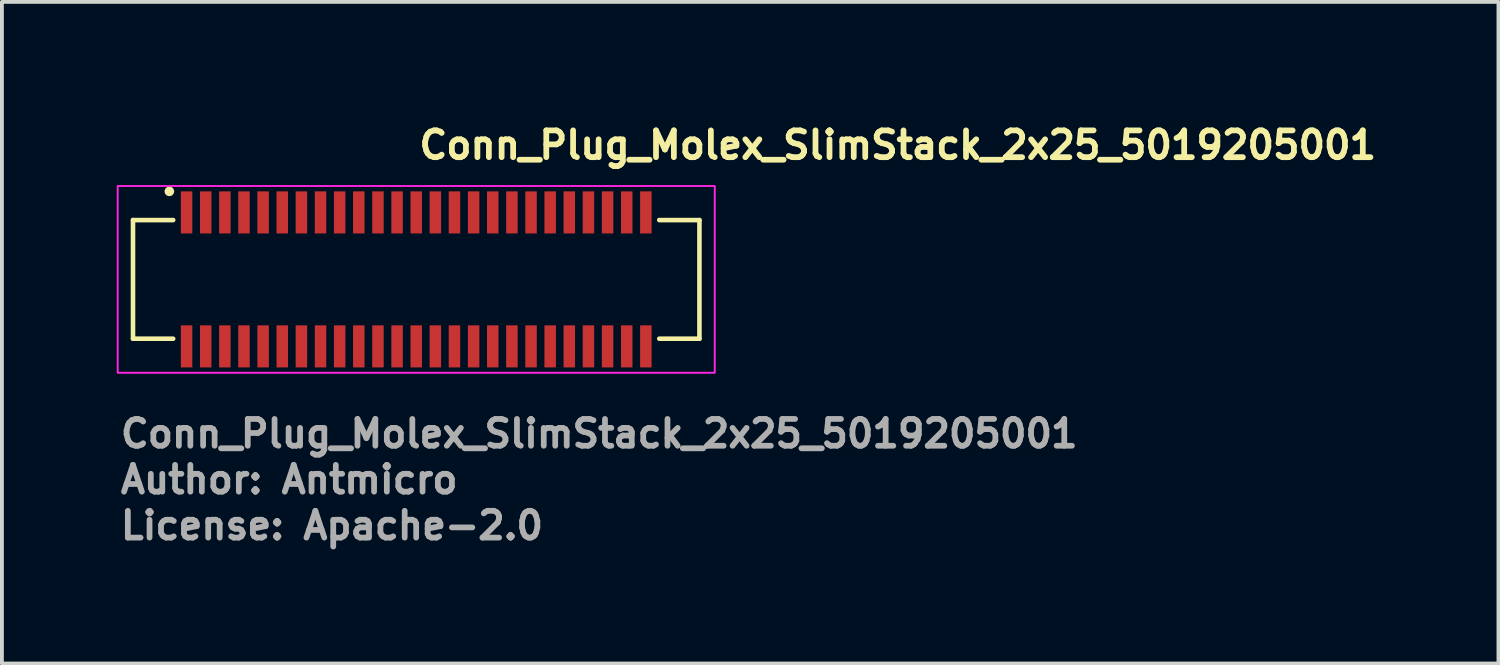
<source format=kicad_pcb>
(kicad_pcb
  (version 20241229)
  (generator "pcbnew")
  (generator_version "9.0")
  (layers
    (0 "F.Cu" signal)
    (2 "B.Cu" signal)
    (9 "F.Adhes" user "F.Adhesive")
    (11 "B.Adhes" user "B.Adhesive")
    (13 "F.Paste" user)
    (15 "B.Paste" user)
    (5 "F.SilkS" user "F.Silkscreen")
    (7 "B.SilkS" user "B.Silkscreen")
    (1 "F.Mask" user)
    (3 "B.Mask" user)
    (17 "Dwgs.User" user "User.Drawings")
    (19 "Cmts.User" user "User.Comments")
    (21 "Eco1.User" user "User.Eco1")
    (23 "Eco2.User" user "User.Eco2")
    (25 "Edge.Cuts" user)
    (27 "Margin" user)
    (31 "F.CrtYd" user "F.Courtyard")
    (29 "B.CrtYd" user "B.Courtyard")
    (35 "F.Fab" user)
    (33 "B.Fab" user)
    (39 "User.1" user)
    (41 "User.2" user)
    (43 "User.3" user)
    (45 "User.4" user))
  (footprint "Conn_Plug_Molex_SlimStack_2x25_5019205001"
    (layer "F.Cu")
    (at 7.825 4.25)
    (property "Reference" "Conn_Plug_Molex_SlimStack_2x25_5019205001" (at 0 -3.1 0) (layer "F.SilkS") (effects (font (size 0.7 0.7) (thickness 0.15)) (justify left bottom)))
    (attr smd)
    (fp_line (start -7.4 -1.55) (end -7.4 1.55) (stroke (width 0.12) (type solid)) (layer "F.SilkS"))
    (fp_line (start -7.4 1.55) (end -6.35 1.55) (stroke (width 0.12) (type solid)) (layer "F.SilkS"))
    (fp_line (start -6.35 -1.55) (end -7.4 -1.55) (stroke (width 0.12) (type solid)) (layer "F.SilkS"))
    (fp_line (start 6.35 1.55) (end 7.4 1.55) (stroke (width 0.12) (type solid)) (layer "F.SilkS"))
    (fp_line (start 7.4 -1.55) (end 6.35 -1.55) (stroke (width 0.12) (type solid)) (layer "F.SilkS"))
    (fp_line (start 7.4 1.55) (end 7.4 -1.55) (stroke (width 0.12) (type solid)) (layer "F.SilkS"))
    (fp_circle (center -6.45 -2.3) (end -6.4 -2.3) (stroke (width 0.15) (type solid)) (fill yes) (layer "F.SilkS"))
    (fp_rect (start -7.8 -2.44) (end 7.8 2.44) (stroke (width 0.05) (type solid)) (fill no) (layer "F.CrtYd"))
    (fp_rect (start -7.4 -2.05) (end 7.4 2.05) (stroke (width 0.1) (type solid)) (fill no) (layer "User.5"))
    (fp_line (start -7.4 -1.399) (end -7.4 1.399) (stroke (width 0.02) (type solid)) (layer "User.9"))
    (fp_line (start -7.4 1.399) (end -7.25 1.55) (stroke (width 0.02) (type solid)) (layer "User.9"))
    (fp_line (start -7.25 -1.55) (end -7.4 -1.399) (stroke (width 0.02) (type solid)) (layer "User.9"))
    (fp_line (start -6.8 -1.55) (end -7.25 -1.55) (stroke (width 0.02) (type solid)) (layer "User.9"))
    (fp_line (start -6.8 -1.55) (end -6.65 -1.399) (stroke (width 0.02) (type solid)) (layer "User.9"))
    (fp_line (start -6.8 -1.55) (end -1.5 -1.55) (stroke (width 0.02) (type solid)) (layer "User.9"))
    (fp_line (start -6.8 1.55) (end -7.25 1.55) (stroke (width 0.02) (type solid)) (layer "User.9"))
    (fp_line (start -6.8 1.55) (end -6.8 -1.55) (stroke (width 0.02) (type solid)) (layer "User.9"))
    (fp_line (start -6.65 -1.399) (end 6.65 -1.399) (stroke (width 0.02) (type solid)) (layer "User.9"))
    (fp_line (start -6.65 1.399) (end -6.8 1.55) (stroke (width 0.02) (type solid)) (layer "User.9"))
    (fp_line (start -6.65 1.399) (end -6.65 -1.399) (stroke (width 0.02) (type solid)) (layer "User.9"))
    (fp_line (start -6.519 -1.085) (end -6.436 -1.001) (stroke (width 0.02) (type solid)) (layer "User.9"))
    (fp_line (start -6.519 1.085) (end -6.436 1.001) (stroke (width 0.02) (type solid)) (layer "User.9"))
    (fp_line (start -6.436 -1.001) (end -6.436 -1.001) (stroke (width 0.02) (type solid)) (layer "User.9"))
    (fp_line (start -6.436 -1.001) (end -6.37 -0.935) (stroke (width 0.02) (type solid)) (layer "User.9"))
    (fp_line (start -6.436 1.001) (end -6.436 1.001) (stroke (width 0.02) (type solid)) (layer "User.9"))
    (fp_line (start -6.436 1.001) (end -6.37 0.935) (stroke (width 0.02) (type solid)) (layer "User.9"))
    (fp_line (start -6.37 -0.935) (end -6.099 -0.935) (stroke (width 0.02) (type solid)) (layer "User.9"))
    (fp_line (start -6.37 0.935) (end -6.37 -0.935) (stroke (width 0.02) (type solid)) (layer "User.9"))
    (fp_line (start -6.099 -1.085) (end -6.099 -1.165) (stroke (width 0.02) (type solid)) (layer "User.9"))
    (fp_line (start -6.099 -1.085) (end -6.099 -0.935) (stroke (width 0.02) (type solid)) (layer "User.9"))
    (fp_line (start -6.099 -1.085) (end -5.9 -1.085) (stroke (width 0.02) (type solid)) (layer "User.9"))
    (fp_line (start -6.099 -0.935) (end -6.085 -0.935) (stroke (width 0.02) (type solid)) (layer "User.9"))
    (fp_line (start -6.099 0.935) (end -6.37 0.935) (stroke (width 0.02) (type solid)) (layer "User.9"))
    (fp_line (start -6.099 0.935) (end -6.085 0.935) (stroke (width 0.02) (type solid)) (layer "User.9"))
    (fp_line (start -6.099 1.085) (end -6.099 0.935) (stroke (width 0.02) (type solid)) (layer "User.9"))
    (fp_line (start -6.099 1.085) (end -5.9 1.085) (stroke (width 0.02) (type solid)) (layer "User.9"))
    (fp_line (start -6.099 1.165) (end -6.099 1.085) (stroke (width 0.02) (type solid)) (layer "User.9"))
    (fp_line (start -6.085 -2.05) (end -6.085 -1.55) (stroke (width 0.02) (type solid)) (layer "User.9"))
    (fp_line (start -6.085 -2.05) (end -5.915 -2.05) (stroke (width 0.02) (type solid)) (layer "User.9"))
    (fp_line (start -6.085 -1.085) (end -6.085 -0.985) (stroke (width 0.02) (type solid)) (layer "User.9"))
    (fp_line (start -6.085 -0.985) (end -6.085 -0.935) (stroke (width 0.02) (type solid)) (layer "User.9"))
    (fp_line (start -6.085 -0.985) (end -5.915 -0.985) (stroke (width 0.02) (type solid)) (layer "User.9"))
    (fp_line (start -6.085 -0.935) (end -5.915 -0.935) (stroke (width 0.02) (type solid)) (layer "User.9"))
    (fp_line (start -6.085 0.935) (end -6.085 0.985) (stroke (width 0.02) (type solid)) (layer "User.9"))
    (fp_line (start -6.085 0.935) (end -5.915 0.935) (stroke (width 0.02) (type solid)) (layer "User.9"))
    (fp_line (start -6.085 0.985) (end -6.085 1.085) (stroke (width 0.02) (type solid)) (layer "User.9"))
    (fp_line (start -6.085 0.985) (end -5.915 0.985) (stroke (width 0.02) (type solid)) (layer "User.9"))
    (fp_line (start -6.085 1.55) (end -6.085 2.05) (stroke (width 0.02) (type solid)) (layer "User.9"))
    (fp_line (start -6.085 2.05) (end -5.915 2.05) (stroke (width 0.02) (type solid)) (layer "User.9"))
    (fp_line (start -5.915 -2.05) (end -5.915 -1.55) (stroke (width 0.02) (type solid)) (layer "User.9"))
    (fp_line (start -5.915 -1.085) (end -5.915 -0.985) (stroke (width 0.02) (type solid)) (layer "User.9"))
    (fp_line (start -5.915 -0.985) (end -5.915 -0.935) (stroke (width 0.02) (type solid)) (layer "User.9"))
    (fp_line (start -5.915 -0.935) (end -5.9 -0.935) (stroke (width 0.02) (type solid)) (layer "User.9"))
    (fp_line (start -5.915 0.935) (end -5.915 0.985) (stroke (width 0.02) (type solid)) (layer "User.9"))
    (fp_line (start -5.915 0.935) (end -5.9 0.935) (stroke (width 0.02) (type solid)) (layer "User.9"))
    (fp_line (start -5.915 0.985) (end -5.915 1.085) (stroke (width 0.02) (type solid)) (layer "User.9"))
    (fp_line (start -5.915 1.55) (end -5.915 2.05) (stroke (width 0.02) (type solid)) (layer "User.9"))
    (fp_line (start -5.9 -1.085) (end -5.9 -1.165) (stroke (width 0.02) (type solid)) (layer "User.9"))
    (fp_line (start -5.9 -1.085) (end -5.9 -0.935) (stroke (width 0.02) (type solid)) (layer "User.9"))
    (fp_line (start -5.9 -0.935) (end -5.599 -0.935) (stroke (width 0.02) (type solid)) (layer "User.9"))
    (fp_line (start -5.9 1.085) (end -5.9 0.935) (stroke (width 0.02) (type solid)) (layer "User.9"))
    (fp_line (start -5.9 1.165) (end -5.9 1.085) (stroke (width 0.02) (type solid)) (layer "User.9"))
    (fp_line (start -5.599 -1.085) (end -5.599 -1.165) (stroke (width 0.02) (type solid)) (layer "User.9"))
    (fp_line (start -5.599 -1.085) (end -5.599 -0.935) (stroke (width 0.02) (type solid)) (layer "User.9"))
    (fp_line (start -5.599 -1.085) (end -5.4 -1.085) (stroke (width 0.02) (type solid)) (layer "User.9"))
    (fp_line (start -5.599 -0.935) (end -5.585 -0.935) (stroke (width 0.02) (type solid)) (layer "User.9"))
    (fp_line (start -5.599 0.935) (end -5.9 0.935) (stroke (width 0.02) (type solid)) (layer "User.9"))
    (fp_line (start -5.599 0.935) (end -5.585 0.935) (stroke (width 0.02) (type solid)) (layer "User.9"))
    (fp_line (start -5.599 1.085) (end -5.599 0.935) (stroke (width 0.02) (type solid)) (layer "User.9"))
    (fp_line (start -5.599 1.085) (end -5.4 1.085) (stroke (width 0.02) (type solid)) (layer "User.9"))
    (fp_line (start -5.599 1.165) (end -5.599 1.085) (stroke (width 0.02) (type solid)) (layer "User.9"))
    (fp_line (start -5.585 -2.05) (end -5.585 -1.55) (stroke (width 0.02) (type solid)) (layer "User.9"))
    (fp_line (start -5.585 -2.05) (end -5.415 -2.05) (stroke (width 0.02) (type solid)) (layer "User.9"))
    (fp_line (start -5.585 -1.085) (end -5.585 -0.985) (stroke (width 0.02) (type solid)) (layer "User.9"))
    (fp_line (start -5.585 -0.985) (end -5.585 -0.935) (stroke (width 0.02) (type solid)) (layer "User.9"))
    (fp_line (start -5.585 -0.985) (end -5.415 -0.985) (stroke (width 0.02) (type solid)) (layer "User.9"))
    (fp_line (start -5.585 -0.935) (end -5.415 -0.935) (stroke (width 0.02) (type solid)) (layer "User.9"))
    (fp_line (start -5.585 0.935) (end -5.585 0.985) (stroke (width 0.02) (type solid)) (layer "User.9"))
    (fp_line (start -5.585 0.935) (end -5.415 0.935) (stroke (width 0.02) (type solid)) (layer "User.9"))
    (fp_line (start -5.585 0.985) (end -5.585 1.085) (stroke (width 0.02) (type solid)) (layer "User.9"))
    (fp_line (start -5.585 0.985) (end -5.415 0.985) (stroke (width 0.02) (type solid)) (layer "User.9"))
    (fp_line (start -5.585 1.55) (end -5.585 2.05) (stroke (width 0.02) (type solid)) (layer "User.9"))
    (fp_line (start -5.585 2.05) (end -5.415 2.05) (stroke (width 0.02) (type solid)) (layer "User.9"))
    (fp_line (start -5.415 -2.05) (end -5.415 -1.55) (stroke (width 0.02) (type solid)) (layer "User.9"))
    (fp_line (start -5.415 -1.085) (end -5.415 -0.985) (stroke (width 0.02) (type solid)) (layer "User.9"))
    (fp_line (start -5.415 -0.985) (end -5.415 -0.935) (stroke (width 0.02) (type solid)) (layer "User.9"))
    (fp_line (start -5.415 -0.935) (end -5.4 -0.935) (stroke (width 0.02) (type solid)) (layer "User.9"))
    (fp_line (start -5.415 0.935) (end -5.415 0.985) (stroke (width 0.02) (type solid)) (layer "User.9"))
    (fp_line (start -5.415 0.935) (end -5.4 0.935) (stroke (width 0.02) (type solid)) (layer "User.9"))
    (fp_line (start -5.415 0.985) (end -5.415 1.085) (stroke (width 0.02) (type solid)) (layer "User.9"))
    (fp_line (start -5.415 1.55) (end -5.415 2.05) (stroke (width 0.02) (type solid)) (layer "User.9"))
    (fp_line (start -5.4 -1.085) (end -5.4 -1.165) (stroke (width 0.02) (type solid)) (layer "User.9"))
    (fp_line (start -5.4 -1.085) (end -5.4 -0.935) (stroke (width 0.02) (type solid)) (layer "User.9"))
    (fp_line (start -5.4 -0.935) (end -5.099 -0.935) (stroke (width 0.02) (type solid)) (layer "User.9"))
    (fp_line (start -5.4 1.085) (end -5.4 0.935) (stroke (width 0.02) (type solid)) (layer "User.9"))
    (fp_line (start -5.4 1.165) (end -5.4 1.085) (stroke (width 0.02) (type solid)) (layer "User.9"))
    (fp_line (start -5.099 -1.085) (end -5.099 -1.165) (stroke (width 0.02) (type solid)) (layer "User.9"))
    (fp_line (start -5.099 -1.085) (end -5.099 -0.935) (stroke (width 0.02) (type solid)) (layer "User.9"))
    (fp_line (start -5.099 -1.085) (end -4.9 -1.085) (stroke (width 0.02) (type solid)) (layer "User.9"))
    (fp_line (start -5.099 -0.935) (end -5.085 -0.935) (stroke (width 0.02) (type solid)) (layer "User.9"))
    (fp_line (start -5.099 0.935) (end -5.4 0.935) (stroke (width 0.02) (type solid)) (layer "User.9"))
    (fp_line (start -5.099 0.935) (end -5.085 0.935) (stroke (width 0.02) (type solid)) (layer "User.9"))
    (fp_line (start -5.099 1.085) (end -5.099 0.935) (stroke (width 0.02) (type solid)) (layer "User.9"))
    (fp_line (start -5.099 1.085) (end -4.9 1.085) (stroke (width 0.02) (type solid)) (layer "User.9"))
    (fp_line (start -5.099 1.165) (end -5.099 1.085) (stroke (width 0.02) (type solid)) (layer "User.9"))
    (fp_line (start -5.085 -2.05) (end -5.085 -1.55) (stroke (width 0.02) (type solid)) (layer "User.9"))
    (fp_line (start -5.085 -2.05) (end -4.915 -2.05) (stroke (width 0.02) (type solid)) (layer "User.9"))
    (fp_line (start -5.085 -1.085) (end -5.085 -0.985) (stroke (width 0.02) (type solid)) (layer "User.9"))
    (fp_line (start -5.085 -0.985) (end -5.085 -0.935) (stroke (width 0.02) (type solid)) (layer "User.9"))
    (fp_line (start -5.085 -0.985) (end -4.915 -0.985) (stroke (width 0.02) (type solid)) (layer "User.9"))
    (fp_line (start -5.085 -0.935) (end -4.915 -0.935) (stroke (width 0.02) (type solid)) (layer "User.9"))
    (fp_line (start -5.085 0.935) (end -5.085 0.985) (stroke (width 0.02) (type solid)) (layer "User.9"))
    (fp_line (start -5.085 0.935) (end -4.915 0.935) (stroke (width 0.02) (type solid)) (layer "User.9"))
    (fp_line (start -5.085 0.985) (end -5.085 1.085) (stroke (width 0.02) (type solid)) (layer "User.9"))
    (fp_line (start -5.085 0.985) (end -4.915 0.985) (stroke (width 0.02) (type solid)) (layer "User.9"))
    (fp_line (start -5.085 1.55) (end -5.085 2.05) (stroke (width 0.02) (type solid)) (layer "User.9"))
    (fp_line (start -5.085 2.05) (end -4.915 2.05) (stroke (width 0.02) (type solid)) (layer "User.9"))
    (fp_line (start -4.915 -2.05) (end -4.915 -1.55) (stroke (width 0.02) (type solid)) (layer "User.9"))
    (fp_line (start -4.915 -1.085) (end -4.915 -0.985) (stroke (width 0.02) (type solid)) (layer "User.9"))
    (fp_line (start -4.915 -0.985) (end -4.915 -0.935) (stroke (width 0.02) (type solid)) (layer "User.9"))
    (fp_line (start -4.915 -0.935) (end -4.9 -0.935) (stroke (width 0.02) (type solid)) (layer "User.9"))
    (fp_line (start -4.915 0.935) (end -4.915 0.985) (stroke (width 0.02) (type solid)) (layer "User.9"))
    (fp_line (start -4.915 0.935) (end -4.9 0.935) (stroke (width 0.02) (type solid)) (layer "User.9"))
    (fp_line (start -4.915 0.985) (end -4.915 1.085) (stroke (width 0.02) (type solid)) (layer "User.9"))
    (fp_line (start -4.915 1.55) (end -4.915 2.05) (stroke (width 0.02) (type solid)) (layer "User.9"))
    (fp_line (start -4.9 -1.085) (end -4.9 -1.165) (stroke (width 0.02) (type solid)) (layer "User.9"))
    (fp_line (start -4.9 -1.085) (end -4.9 -0.935) (stroke (width 0.02) (type solid)) (layer "User.9"))
    (fp_line (start -4.9 -0.935) (end -4.6 -0.935) (stroke (width 0.02) (type solid)) (layer "User.9"))
    (fp_line (start -4.9 1.085) (end -4.9 0.935) (stroke (width 0.02) (type solid)) (layer "User.9"))
    (fp_line (start -4.9 1.165) (end -4.9 1.085) (stroke (width 0.02) (type solid)) (layer "User.9"))
    (fp_line (start -4.6 -1.085) (end -4.6 -1.165) (stroke (width 0.02) (type solid)) (layer "User.9"))
    (fp_line (start -4.6 -1.085) (end -4.6 -0.935) (stroke (width 0.02) (type solid)) (layer "User.9"))
    (fp_line (start -4.6 -1.085) (end -4.4 -1.085) (stroke (width 0.02) (type solid)) (layer "User.9"))
    (fp_line (start -4.6 -0.935) (end -4.585 -0.935) (stroke (width 0.02) (type solid)) (layer "User.9"))
    (fp_line (start -4.6 0.935) (end -4.9 0.935) (stroke (width 0.02) (type solid)) (layer "User.9"))
    (fp_line (start -4.6 0.935) (end -4.585 0.935) (stroke (width 0.02) (type solid)) (layer "User.9"))
    (fp_line (start -4.6 1.085) (end -4.6 0.935) (stroke (width 0.02) (type solid)) (layer "User.9"))
    (fp_line (start -4.6 1.085) (end -4.4 1.085) (stroke (width 0.02) (type solid)) (layer "User.9"))
    (fp_line (start -4.6 1.165) (end -4.6 1.085) (stroke (width 0.02) (type solid)) (layer "User.9"))
    (fp_line (start -4.585 -2.05) (end -4.585 -1.55) (stroke (width 0.02) (type solid)) (layer "User.9"))
    (fp_line (start -4.585 -2.05) (end -4.415 -2.05) (stroke (width 0.02) (type solid)) (layer "User.9"))
    (fp_line (start -4.585 -1.085) (end -4.585 -0.985) (stroke (width 0.02) (type solid)) (layer "User.9"))
    (fp_line (start -4.585 -0.985) (end -4.585 -0.935) (stroke (width 0.02) (type solid)) (layer "User.9"))
    (fp_line (start -4.585 -0.985) (end -4.415 -0.985) (stroke (width 0.02) (type solid)) (layer "User.9"))
    (fp_line (start -4.585 -0.935) (end -4.415 -0.935) (stroke (width 0.02) (type solid)) (layer "User.9"))
    (fp_line (start -4.585 0.935) (end -4.585 0.985) (stroke (width 0.02) (type solid)) (layer "User.9"))
    (fp_line (start -4.585 0.935) (end -4.415 0.935) (stroke (width 0.02) (type solid)) (layer "User.9"))
    (fp_line (start -4.585 0.985) (end -4.585 1.085) (stroke (width 0.02) (type solid)) (layer "User.9"))
    (fp_line (start -4.585 0.985) (end -4.415 0.985) (stroke (width 0.02) (type solid)) (layer "User.9"))
    (fp_line (start -4.585 1.55) (end -4.585 2.05) (stroke (width 0.02) (type solid)) (layer "User.9"))
    (fp_line (start -4.585 2.05) (end -4.415 2.05) (stroke (width 0.02) (type solid)) (layer "User.9"))
    (fp_line (start -4.415 -2.05) (end -4.415 -1.55) (stroke (width 0.02) (type solid)) (layer "User.9"))
    (fp_line (start -4.415 -1.085) (end -4.415 -0.985) (stroke (width 0.02) (type solid)) (layer "User.9"))
    (fp_line (start -4.415 -0.985) (end -4.415 -0.935) (stroke (width 0.02) (type solid)) (layer "User.9"))
    (fp_line (start -4.415 -0.935) (end -4.4 -0.935) (stroke (width 0.02) (type solid)) (layer "User.9"))
    (fp_line (start -4.415 0.935) (end -4.415 0.985) (stroke (width 0.02) (type solid)) (layer "User.9"))
    (fp_line (start -4.415 0.935) (end -4.4 0.935) (stroke (width 0.02) (type solid)) (layer "User.9"))
    (fp_line (start -4.415 0.985) (end -4.415 1.085) (stroke (width 0.02) (type solid)) (layer "User.9"))
    (fp_line (start -4.415 1.55) (end -4.415 2.05) (stroke (width 0.02) (type solid)) (layer "User.9"))
    (fp_line (start -4.4 -1.085) (end -4.4 -1.165) (stroke (width 0.02) (type solid)) (layer "User.9"))
    (fp_line (start -4.4 -1.085) (end -4.4 -0.935) (stroke (width 0.02) (type solid)) (layer "User.9"))
    (fp_line (start -4.4 -0.935) (end -4.1 -0.935) (stroke (width 0.02) (type solid)) (layer "User.9"))
    (fp_line (start -4.4 1.085) (end -4.4 0.935) (stroke (width 0.02) (type solid)) (layer "User.9"))
    (fp_line (start -4.4 1.165) (end -4.4 1.085) (stroke (width 0.02) (type solid)) (layer "User.9"))
    (fp_line (start -4.1 -1.085) (end -4.1 -1.165) (stroke (width 0.02) (type solid)) (layer "User.9"))
    (fp_line (start -4.1 -1.085) (end -4.1 -0.935) (stroke (width 0.02) (type solid)) (layer "User.9"))
    (fp_line (start -4.1 -1.085) (end -3.9 -1.085) (stroke (width 0.02) (type solid)) (layer "User.9"))
    (fp_line (start -4.1 -0.935) (end -4.085 -0.935) (stroke (width 0.02) (type solid)) (layer "User.9"))
    (fp_line (start -4.1 0.935) (end -4.4 0.935) (stroke (width 0.02) (type solid)) (layer "User.9"))
    (fp_line (start -4.1 0.935) (end -4.085 0.935) (stroke (width 0.02) (type solid)) (layer "User.9"))
    (fp_line (start -4.1 1.085) (end -4.1 0.935) (stroke (width 0.02) (type solid)) (layer "User.9"))
    (fp_line (start -4.1 1.085) (end -3.9 1.085) (stroke (width 0.02) (type solid)) (layer "User.9"))
    (fp_line (start -4.1 1.165) (end -4.1 1.085) (stroke (width 0.02) (type solid)) (layer "User.9"))
    (fp_line (start -4.085 -2.05) (end -4.085 -1.55) (stroke (width 0.02) (type solid)) (layer "User.9"))
    (fp_line (start -4.085 -2.05) (end -3.915 -2.05) (stroke (width 0.02) (type solid)) (layer "User.9"))
    (fp_line (start -4.085 -1.085) (end -4.085 -0.985) (stroke (width 0.02) (type solid)) (layer "User.9"))
    (fp_line (start -4.085 -0.985) (end -4.085 -0.935) (stroke (width 0.02) (type solid)) (layer "User.9"))
    (fp_line (start -4.085 -0.985) (end -3.915 -0.985) (stroke (width 0.02) (type solid)) (layer "User.9"))
    (fp_line (start -4.085 -0.935) (end -3.915 -0.935) (stroke (width 0.02) (type solid)) (layer "User.9"))
    (fp_line (start -4.085 0.935) (end -4.085 0.985) (stroke (width 0.02) (type solid)) (layer "User.9"))
    (fp_line (start -4.085 0.935) (end -3.915 0.935) (stroke (width 0.02) (type solid)) (layer "User.9"))
    (fp_line (start -4.085 0.985) (end -4.085 1.085) (stroke (width 0.02) (type solid)) (layer "User.9"))
    (fp_line (start -4.085 0.985) (end -3.915 0.985) (stroke (width 0.02) (type solid)) (layer "User.9"))
    (fp_line (start -4.085 1.55) (end -4.085 2.05) (stroke (width 0.02) (type solid)) (layer "User.9"))
    (fp_line (start -4.085 2.05) (end -3.915 2.05) (stroke (width 0.02) (type solid)) (layer "User.9"))
    (fp_line (start -3.915 -2.05) (end -3.915 -1.55) (stroke (width 0.02) (type solid)) (layer "User.9"))
    (fp_line (start -3.915 -1.085) (end -3.915 -0.985) (stroke (width 0.02) (type solid)) (layer "User.9"))
    (fp_line (start -3.915 -0.985) (end -3.915 -0.935) (stroke (width 0.02) (type solid)) (layer "User.9"))
    (fp_line (start -3.915 -0.935) (end -3.9 -0.935) (stroke (width 0.02) (type solid)) (layer "User.9"))
    (fp_line (start -3.915 0.935) (end -3.915 0.985) (stroke (width 0.02) (type solid)) (layer "User.9"))
    (fp_line (start -3.915 0.935) (end -3.9 0.935) (stroke (width 0.02) (type solid)) (layer "User.9"))
    (fp_line (start -3.915 0.985) (end -3.915 1.085) (stroke (width 0.02) (type solid)) (layer "User.9"))
    (fp_line (start -3.915 1.55) (end -3.915 2.05) (stroke (width 0.02) (type solid)) (layer "User.9"))
    (fp_line (start -3.9 -1.085) (end -3.9 -1.165) (stroke (width 0.02) (type solid)) (layer "User.9"))
    (fp_line (start -3.9 -1.085) (end -3.9 -0.935) (stroke (width 0.02) (type solid)) (layer "User.9"))
    (fp_line (start -3.9 -0.935) (end -3.6 -0.935) (stroke (width 0.02) (type solid)) (layer "User.9"))
    (fp_line (start -3.9 1.085) (end -3.9 0.935) (stroke (width 0.02) (type solid)) (layer "User.9"))
    (fp_line (start -3.9 1.165) (end -3.9 1.085) (stroke (width 0.02) (type solid)) (layer "User.9"))
    (fp_line (start -3.6 -1.085) (end -3.6 -1.165) (stroke (width 0.02) (type solid)) (layer "User.9"))
    (fp_line (start -3.6 -1.085) (end -3.6 -0.935) (stroke (width 0.02) (type solid)) (layer "User.9"))
    (fp_line (start -3.6 -1.085) (end -3.4 -1.085) (stroke (width 0.02) (type solid)) (layer "User.9"))
    (fp_line (start -3.6 -0.935) (end -3.585 -0.935) (stroke (width 0.02) (type solid)) (layer "User.9"))
    (fp_line (start -3.6 0.935) (end -3.9 0.935) (stroke (width 0.02) (type solid)) (layer "User.9"))
    (fp_line (start -3.6 0.935) (end -3.585 0.935) (stroke (width 0.02) (type solid)) (layer "User.9"))
    (fp_line (start -3.6 1.085) (end -3.6 0.935) (stroke (width 0.02) (type solid)) (layer "User.9"))
    (fp_line (start -3.6 1.085) (end -3.4 1.085) (stroke (width 0.02) (type solid)) (layer "User.9"))
    (fp_line (start -3.6 1.165) (end -3.6 1.085) (stroke (width 0.02) (type solid)) (layer "User.9"))
    (fp_line (start -3.585 -2.05) (end -3.585 -1.55) (stroke (width 0.02) (type solid)) (layer "User.9"))
    (fp_line (start -3.585 -2.05) (end -3.415 -2.05) (stroke (width 0.02) (type solid)) (layer "User.9"))
    (fp_line (start -3.585 -1.085) (end -3.585 -0.985) (stroke (width 0.02) (type solid)) (layer "User.9"))
    (fp_line (start -3.585 -0.985) (end -3.585 -0.935) (stroke (width 0.02) (type solid)) (layer "User.9"))
    (fp_line (start -3.585 -0.985) (end -3.415 -0.985) (stroke (width 0.02) (type solid)) (layer "User.9"))
    (fp_line (start -3.585 -0.935) (end -3.415 -0.935) (stroke (width 0.02) (type solid)) (layer "User.9"))
    (fp_line (start -3.585 0.935) (end -3.585 0.985) (stroke (width 0.02) (type solid)) (layer "User.9"))
    (fp_line (start -3.585 0.935) (end -3.415 0.935) (stroke (width 0.02) (type solid)) (layer "User.9"))
    (fp_line (start -3.585 0.985) (end -3.585 1.085) (stroke (width 0.02) (type solid)) (layer "User.9"))
    (fp_line (start -3.585 0.985) (end -3.415 0.985) (stroke (width 0.02) (type solid)) (layer "User.9"))
    (fp_line (start -3.585 1.55) (end -3.585 2.05) (stroke (width 0.02) (type solid)) (layer "User.9"))
    (fp_line (start -3.585 2.05) (end -3.415 2.05) (stroke (width 0.02) (type solid)) (layer "User.9"))
    (fp_line (start -3.415 -2.05) (end -3.415 -1.55) (stroke (width 0.02) (type solid)) (layer "User.9"))
    (fp_line (start -3.415 -1.085) (end -3.415 -0.985) (stroke (width 0.02) (type solid)) (layer "User.9"))
    (fp_line (start -3.415 -0.985) (end -3.415 -0.935) (stroke (width 0.02) (type solid)) (layer "User.9"))
    (fp_line (start -3.415 -0.935) (end -3.4 -0.935) (stroke (width 0.02) (type solid)) (layer "User.9"))
    (fp_line (start -3.415 0.935) (end -3.415 0.985) (stroke (width 0.02) (type solid)) (layer "User.9"))
    (fp_line (start -3.415 0.935) (end -3.4 0.935) (stroke (width 0.02) (type solid)) (layer "User.9"))
    (fp_line (start -3.415 0.985) (end -3.415 1.085) (stroke (width 0.02) (type solid)) (layer "User.9"))
    (fp_line (start -3.415 1.55) (end -3.415 2.05) (stroke (width 0.02) (type solid)) (layer "User.9"))
    (fp_line (start -3.4 -1.085) (end -3.4 -1.165) (stroke (width 0.02) (type solid)) (layer "User.9"))
    (fp_line (start -3.4 -1.085) (end -3.4 -0.935) (stroke (width 0.02) (type solid)) (layer "User.9"))
    (fp_line (start -3.4 -0.935) (end -3.1 -0.935) (stroke (width 0.02) (type solid)) (layer "User.9"))
    (fp_line (start -3.4 1.085) (end -3.4 0.935) (stroke (width 0.02) (type solid)) (layer "User.9"))
    (fp_line (start -3.4 1.165) (end -3.4 1.085) (stroke (width 0.02) (type solid)) (layer "User.9"))
    (fp_line (start -3.1 -1.085) (end -3.1 -1.165) (stroke (width 0.02) (type solid)) (layer "User.9"))
    (fp_line (start -3.1 -1.085) (end -3.1 -0.935) (stroke (width 0.02) (type solid)) (layer "User.9"))
    (fp_line (start -3.1 -1.085) (end -2.9 -1.085) (stroke (width 0.02) (type solid)) (layer "User.9"))
    (fp_line (start -3.1 -0.935) (end -3.085 -0.935) (stroke (width 0.02) (type solid)) (layer "User.9"))
    (fp_line (start -3.1 0.935) (end -3.4 0.935) (stroke (width 0.02) (type solid)) (layer "User.9"))
    (fp_line (start -3.1 0.935) (end -3.085 0.935) (stroke (width 0.02) (type solid)) (layer "User.9"))
    (fp_line (start -3.1 1.085) (end -3.1 0.935) (stroke (width 0.02) (type solid)) (layer "User.9"))
    (fp_line (start -3.1 1.085) (end -2.9 1.085) (stroke (width 0.02) (type solid)) (layer "User.9"))
    (fp_line (start -3.1 1.165) (end -3.1 1.085) (stroke (width 0.02) (type solid)) (layer "User.9"))
    (fp_line (start -3.085 -2.05) (end -3.085 -1.55) (stroke (width 0.02) (type solid)) (layer "User.9"))
    (fp_line (start -3.085 -2.05) (end -2.915 -2.05) (stroke (width 0.02) (type solid)) (layer "User.9"))
    (fp_line (start -3.085 -1.085) (end -3.085 -0.985) (stroke (width 0.02) (type solid)) (layer "User.9"))
    (fp_line (start -3.085 -0.985) (end -3.085 -0.935) (stroke (width 0.02) (type solid)) (layer "User.9"))
    (fp_line (start -3.085 -0.985) (end -2.915 -0.985) (stroke (width 0.02) (type solid)) (layer "User.9"))
    (fp_line (start -3.085 -0.935) (end -2.915 -0.935) (stroke (width 0.02) (type solid)) (layer "User.9"))
    (fp_line (start -3.085 0.935) (end -3.085 0.985) (stroke (width 0.02) (type solid)) (layer "User.9"))
    (fp_line (start -3.085 0.935) (end -2.915 0.935) (stroke (width 0.02) (type solid)) (layer "User.9"))
    (fp_line (start -3.085 0.985) (end -3.085 1.085) (stroke (width 0.02) (type solid)) (layer "User.9"))
    (fp_line (start -3.085 0.985) (end -2.915 0.985) (stroke (width 0.02) (type solid)) (layer "User.9"))
    (fp_line (start -3.085 1.55) (end -3.085 2.05) (stroke (width 0.02) (type solid)) (layer "User.9"))
    (fp_line (start -3.085 2.05) (end -2.915 2.05) (stroke (width 0.02) (type solid)) (layer "User.9"))
    (fp_line (start -2.915 -2.05) (end -2.915 -1.55) (stroke (width 0.02) (type solid)) (layer "User.9"))
    (fp_line (start -2.915 -1.085) (end -2.915 -0.985) (stroke (width 0.02) (type solid)) (layer "User.9"))
    (fp_line (start -2.915 -0.985) (end -2.915 -0.935) (stroke (width 0.02) (type solid)) (layer "User.9"))
    (fp_line (start -2.915 -0.935) (end -2.9 -0.935) (stroke (width 0.02) (type solid)) (layer "User.9"))
    (fp_line (start -2.915 0.935) (end -2.915 0.985) (stroke (width 0.02) (type solid)) (layer "User.9"))
    (fp_line (start -2.915 0.935) (end -2.9 0.935) (stroke (width 0.02) (type solid)) (layer "User.9"))
    (fp_line (start -2.915 0.985) (end -2.915 1.085) (stroke (width 0.02) (type solid)) (layer "User.9"))
    (fp_line (start -2.915 1.55) (end -2.915 2.05) (stroke (width 0.02) (type solid)) (layer "User.9"))
    (fp_line (start -2.9 -1.085) (end -2.9 -1.165) (stroke (width 0.02) (type solid)) (layer "User.9"))
    (fp_line (start -2.9 -1.085) (end -2.9 -0.935) (stroke (width 0.02) (type solid)) (layer "User.9"))
    (fp_line (start -2.9 -0.935) (end -2.6 -0.935) (stroke (width 0.02) (type solid)) (layer "User.9"))
    (fp_line (start -2.9 1.085) (end -2.9 0.935) (stroke (width 0.02) (type solid)) (layer "User.9"))
    (fp_line (start -2.9 1.165) (end -2.9 1.085) (stroke (width 0.02) (type solid)) (layer "User.9"))
    (fp_line (start -2.6 -1.085) (end -2.6 -1.165) (stroke (width 0.02) (type solid)) (layer "User.9"))
    (fp_line (start -2.6 -1.085) (end -2.6 -0.935) (stroke (width 0.02) (type solid)) (layer "User.9"))
    (fp_line (start -2.6 -1.085) (end -2.4 -1.085) (stroke (width 0.02) (type solid)) (layer "User.9"))
    (fp_line (start -2.6 -0.935) (end -2.585 -0.935) (stroke (width 0.02) (type solid)) (layer "User.9"))
    (fp_line (start -2.6 0.935) (end -2.9 0.935) (stroke (width 0.02) (type solid)) (layer "User.9"))
    (fp_line (start -2.6 0.935) (end -2.585 0.935) (stroke (width 0.02) (type solid)) (layer "User.9"))
    (fp_line (start -2.6 1.085) (end -2.6 0.935) (stroke (width 0.02) (type solid)) (layer "User.9"))
    (fp_line (start -2.6 1.085) (end -2.4 1.085) (stroke (width 0.02) (type solid)) (layer "User.9"))
    (fp_line (start -2.6 1.165) (end -2.6 1.085) (stroke (width 0.02) (type solid)) (layer "User.9"))
    (fp_line (start -2.585 -2.05) (end -2.585 -1.55) (stroke (width 0.02) (type solid)) (layer "User.9"))
    (fp_line (start -2.585 -2.05) (end -2.415 -2.05) (stroke (width 0.02) (type solid)) (layer "User.9"))
    (fp_line (start -2.585 -1.085) (end -2.585 -0.985) (stroke (width 0.02) (type solid)) (layer "User.9"))
    (fp_line (start -2.585 -0.985) (end -2.585 -0.935) (stroke (width 0.02) (type solid)) (layer "User.9"))
    (fp_line (start -2.585 -0.985) (end -2.415 -0.985) (stroke (width 0.02) (type solid)) (layer "User.9"))
    (fp_line (start -2.585 -0.935) (end -2.415 -0.935) (stroke (width 0.02) (type solid)) (layer "User.9"))
    (fp_line (start -2.585 0.935) (end -2.585 0.985) (stroke (width 0.02) (type solid)) (layer "User.9"))
    (fp_line (start -2.585 0.935) (end -2.415 0.935) (stroke (width 0.02) (type solid)) (layer "User.9"))
    (fp_line (start -2.585 0.985) (end -2.585 1.085) (stroke (width 0.02) (type solid)) (layer "User.9"))
    (fp_line (start -2.585 0.985) (end -2.415 0.985) (stroke (width 0.02) (type solid)) (layer "User.9"))
    (fp_line (start -2.585 1.55) (end -2.585 2.05) (stroke (width 0.02) (type solid)) (layer "User.9"))
    (fp_line (start -2.585 2.05) (end -2.415 2.05) (stroke (width 0.02) (type solid)) (layer "User.9"))
    (fp_line (start -2.415 -2.05) (end -2.415 -1.55) (stroke (width 0.02) (type solid)) (layer "User.9"))
    (fp_line (start -2.415 -1.085) (end -2.415 -0.985) (stroke (width 0.02) (type solid)) (layer "User.9"))
    (fp_line (start -2.415 -0.985) (end -2.415 -0.935) (stroke (width 0.02) (type solid)) (layer "User.9"))
    (fp_line (start -2.415 -0.935) (end -2.4 -0.935) (stroke (width 0.02) (type solid)) (layer "User.9"))
    (fp_line (start -2.415 0.935) (end -2.415 0.985) (stroke (width 0.02) (type solid)) (layer "User.9"))
    (fp_line (start -2.415 0.935) (end -2.4 0.935) (stroke (width 0.02) (type solid)) (layer "User.9"))
    (fp_line (start -2.415 0.985) (end -2.415 1.085) (stroke (width 0.02) (type solid)) (layer "User.9"))
    (fp_line (start -2.415 1.55) (end -2.415 2.05) (stroke (width 0.02) (type solid)) (layer "User.9"))
    (fp_line (start -2.4 -1.085) (end -2.4 -1.165) (stroke (width 0.02) (type solid)) (layer "User.9"))
    (fp_line (start -2.4 -1.085) (end -2.4 -0.935) (stroke (width 0.02) (type solid)) (layer "User.9"))
    (fp_line (start -2.4 -0.935) (end -2.1 -0.935) (stroke (width 0.02) (type solid)) (layer "User.9"))
    (fp_line (start -2.4 1.085) (end -2.4 0.935) (stroke (width 0.02) (type solid)) (layer "User.9"))
    (fp_line (start -2.4 1.165) (end -2.4 1.085) (stroke (width 0.02) (type solid)) (layer "User.9"))
    (fp_line (start -2.1 -1.085) (end -2.1 -1.165) (stroke (width 0.02) (type solid)) (layer "User.9"))
    (fp_line (start -2.1 -1.085) (end -2.1 -0.935) (stroke (width 0.02) (type solid)) (layer "User.9"))
    (fp_line (start -2.1 -1.085) (end -1.899 -1.085) (stroke (width 0.02) (type solid)) (layer "User.9"))
    (fp_line (start -2.1 -0.935) (end -2.085 -0.935) (stroke (width 0.02) (type solid)) (layer "User.9"))
    (fp_line (start -2.1 0.935) (end -2.4 0.935) (stroke (width 0.02) (type solid)) (layer "User.9"))
    (fp_line (start -2.1 0.935) (end -2.085 0.935) (stroke (width 0.02) (type solid)) (layer "User.9"))
    (fp_line (start -2.1 1.085) (end -2.1 0.935) (stroke (width 0.02) (type solid)) (layer "User.9"))
    (fp_line (start -2.1 1.085) (end -1.899 1.085) (stroke (width 0.02) (type solid)) (layer "User.9"))
    (fp_line (start -2.1 1.165) (end -2.1 1.085) (stroke (width 0.02) (type solid)) (layer "User.9"))
    (fp_line (start -2.085 -2.05) (end -2.085 -1.55) (stroke (width 0.02) (type solid)) (layer "User.9"))
    (fp_line (start -2.085 -2.05) (end -1.915 -2.05) (stroke (width 0.02) (type solid)) (layer "User.9"))
    (fp_line (start -2.085 -1.085) (end -2.085 -0.985) (stroke (width 0.02) (type solid)) (layer "User.9"))
    (fp_line (start -2.085 -0.985) (end -2.085 -0.935) (stroke (width 0.02) (type solid)) (layer "User.9"))
    (fp_line (start -2.085 -0.985) (end -1.915 -0.985) (stroke (width 0.02) (type solid)) (layer "User.9"))
    (fp_line (start -2.085 -0.935) (end -1.915 -0.935) (stroke (width 0.02) (type solid)) (layer "User.9"))
    (fp_line (start -2.085 0.935) (end -2.085 0.985) (stroke (width 0.02) (type solid)) (layer "User.9"))
    (fp_line (start -2.085 0.935) (end -1.915 0.935) (stroke (width 0.02) (type solid)) (layer "User.9"))
    (fp_line (start -2.085 0.985) (end -2.085 1.085) (stroke (width 0.02) (type solid)) (layer "User.9"))
    (fp_line (start -2.085 0.985) (end -1.915 0.985) (stroke (width 0.02) (type solid)) (layer "User.9"))
    (fp_line (start -2.085 1.55) (end -2.085 2.05) (stroke (width 0.02) (type solid)) (layer "User.9"))
    (fp_line (start -2.085 2.05) (end -1.915 2.05) (stroke (width 0.02) (type solid)) (layer "User.9"))
    (fp_line (start -1.915 -2.05) (end -1.915 -1.55) (stroke (width 0.02) (type solid)) (layer "User.9"))
    (fp_line (start -1.915 -1.085) (end -1.915 -0.985) (stroke (width 0.02) (type solid)) (layer "User.9"))
    (fp_line (start -1.915 -0.985) (end -1.915 -0.935) (stroke (width 0.02) (type solid)) (layer "User.9"))
    (fp_line (start -1.915 -0.935) (end -1.899 -0.935) (stroke (width 0.02) (type solid)) (layer "User.9"))
    (fp_line (start -1.915 0.935) (end -1.915 0.985) (stroke (width 0.02) (type solid)) (layer "User.9"))
    (fp_line (start -1.915 0.935) (end -1.899 0.935) (stroke (width 0.02) (type solid)) (layer "User.9"))
    (fp_line (start -1.915 0.985) (end -1.915 1.085) (stroke (width 0.02) (type solid)) (layer "User.9"))
    (fp_line (start -1.915 1.55) (end -1.915 2.05) (stroke (width 0.02) (type solid)) (layer "User.9"))
    (fp_line (start -1.899 -1.085) (end -1.899 -1.165) (stroke (width 0.02) (type solid)) (layer "User.9"))
    (fp_line (start -1.899 -1.085) (end -1.899 -0.935) (stroke (width 0.02) (type solid)) (layer "User.9"))
    (fp_line (start -1.899 -0.935) (end -1.6 -0.935) (stroke (width 0.02) (type solid)) (layer "User.9"))
    (fp_line (start -1.899 1.085) (end -1.899 0.935) (stroke (width 0.02) (type solid)) (layer "User.9"))
    (fp_line (start -1.899 1.165) (end -1.899 1.085) (stroke (width 0.02) (type solid)) (layer "User.9"))
    (fp_line (start -1.6 -1.085) (end -1.6 -1.165) (stroke (width 0.02) (type solid)) (layer "User.9"))
    (fp_line (start -1.6 -1.085) (end -1.6 -0.935) (stroke (width 0.02) (type solid)) (layer "User.9"))
    (fp_line (start -1.6 -1.085) (end -1.399 -1.085) (stroke (width 0.02) (type solid)) (layer "User.9"))
    (fp_line (start -1.6 -0.935) (end -1.585 -0.935) (stroke (width 0.02) (type solid)) (layer "User.9"))
    (fp_line (start -1.6 0.935) (end -1.899 0.935) (stroke (width 0.02) (type solid)) (layer "User.9"))
    (fp_line (start -1.6 0.935) (end -1.585 0.935) (stroke (width 0.02) (type solid)) (layer "User.9"))
    (fp_line (start -1.6 1.085) (end -1.6 0.935) (stroke (width 0.02) (type solid)) (layer "User.9"))
    (fp_line (start -1.6 1.085) (end -1.399 1.085) (stroke (width 0.02) (type solid)) (layer "User.9"))
    (fp_line (start -1.6 1.165) (end -1.6 1.085) (stroke (width 0.02) (type solid)) (layer "User.9"))
    (fp_line (start -1.585 -2.05) (end -1.585 -1.55) (stroke (width 0.02) (type solid)) (layer "User.9"))
    (fp_line (start -1.585 -2.05) (end -1.415 -2.05) (stroke (width 0.02) (type solid)) (layer "User.9"))
    (fp_line (start -1.585 -1.085) (end -1.585 -0.985) (stroke (width 0.02) (type solid)) (layer "User.9"))
    (fp_line (start -1.585 -0.985) (end -1.585 -0.935) (stroke (width 0.02) (type solid)) (layer "User.9"))
    (fp_line (start -1.585 -0.985) (end -1.415 -0.985) (stroke (width 0.02) (type solid)) (layer "User.9"))
    (fp_line (start -1.585 -0.935) (end -1.415 -0.935) (stroke (width 0.02) (type solid)) (layer "User.9"))
    (fp_line (start -1.585 0.935) (end -1.585 0.985) (stroke (width 0.02) (type solid)) (layer "User.9"))
    (fp_line (start -1.585 0.935) (end -1.415 0.935) (stroke (width 0.02) (type solid)) (layer "User.9"))
    (fp_line (start -1.585 0.985) (end -1.585 1.085) (stroke (width 0.02) (type solid)) (layer "User.9"))
    (fp_line (start -1.585 0.985) (end -1.415 0.985) (stroke (width 0.02) (type solid)) (layer "User.9"))
    (fp_line (start -1.585 1.55) (end -1.585 2.05) (stroke (width 0.02) (type solid)) (layer "User.9"))
    (fp_line (start -1.585 2.05) (end -1.415 2.05) (stroke (width 0.02) (type solid)) (layer "User.9"))
    (fp_line (start -1.5 -1.649) (end -1.5 -1.55) (stroke (width 0.02) (type solid)) (layer "User.9"))
    (fp_line (start -1.5 1.55) (end -6.8 1.55) (stroke (width 0.02) (type solid)) (layer "User.9"))
    (fp_line (start -1.5 1.55) (end -1.5 1.649) (stroke (width 0.02) (type solid)) (layer "User.9"))
    (fp_line (start -1.415 -2.05) (end -1.415 -1.649) (stroke (width 0.02) (type solid)) (layer "User.9"))
    (fp_line (start -1.415 -1.085) (end -1.415 -0.985) (stroke (width 0.02) (type solid)) (layer "User.9"))
    (fp_line (start -1.415 -0.985) (end -1.415 -0.935) (stroke (width 0.02) (type solid)) (layer "User.9"))
    (fp_line (start -1.415 -0.935) (end -1.399 -0.935) (stroke (width 0.02) (type solid)) (layer "User.9"))
    (fp_line (start -1.415 0.935) (end -1.415 0.985) (stroke (width 0.02) (type solid)) (layer "User.9"))
    (fp_line (start -1.415 0.935) (end -1.399 0.935) (stroke (width 0.02) (type solid)) (layer "User.9"))
    (fp_line (start -1.415 0.985) (end -1.415 1.085) (stroke (width 0.02) (type solid)) (layer "User.9"))
    (fp_line (start -1.415 1.649) (end -1.415 2.05) (stroke (width 0.02) (type solid)) (layer "User.9"))
    (fp_line (start -1.399 -1.085) (end -1.399 -1.165) (stroke (width 0.02) (type solid)) (layer "User.9"))
    (fp_line (start -1.399 -1.085) (end -1.399 -0.935) (stroke (width 0.02) (type solid)) (layer "User.9"))
    (fp_line (start -1.399 -0.935) (end -1.1 -0.935) (stroke (width 0.02) (type solid)) (layer "User.9"))
    (fp_line (start -1.399 1.085) (end -1.399 0.935) (stroke (width 0.02) (type solid)) (layer "User.9"))
    (fp_line (start -1.399 1.165) (end -1.399 1.085) (stroke (width 0.02) (type solid)) (layer "User.9"))
    (fp_line (start -1.1 -1.085) (end -1.1 -1.165) (stroke (width 0.02) (type solid)) (layer "User.9"))
    (fp_line (start -1.1 -1.085) (end -1.1 -0.935) (stroke (width 0.02) (type solid)) (layer "User.9"))
    (fp_line (start -1.1 -1.085) (end -0.9 -1.085) (stroke (width 0.02) (type solid)) (layer "User.9"))
    (fp_line (start -1.1 -0.935) (end -1.085 -0.935) (stroke (width 0.02) (type solid)) (layer "User.9"))
    (fp_line (start -1.1 0.935) (end -1.399 0.935) (stroke (width 0.02) (type solid)) (layer "User.9"))
    (fp_line (start -1.1 0.935) (end -1.085 0.935) (stroke (width 0.02) (type solid)) (layer "User.9"))
    (fp_line (start -1.1 1.085) (end -1.1 0.935) (stroke (width 0.02) (type solid)) (layer "User.9"))
    (fp_line (start -1.1 1.085) (end -0.9 1.085) (stroke (width 0.02) (type solid)) (layer "User.9"))
    (fp_line (start -1.1 1.165) (end -1.1 1.085) (stroke (width 0.02) (type solid)) (layer "User.9"))
    (fp_line (start -1.085 -2.05) (end -1.085 -1.649) (stroke (width 0.02) (type solid)) (layer "User.9"))
    (fp_line (start -1.085 -2.05) (end -0.915 -2.05) (stroke (width 0.02) (type solid)) (layer "User.9"))
    (fp_line (start -1.085 -1.085) (end -1.085 -0.985) (stroke (width 0.02) (type solid)) (layer "User.9"))
    (fp_line (start -1.085 -0.985) (end -1.085 -0.935) (stroke (width 0.02) (type solid)) (layer "User.9"))
    (fp_line (start -1.085 -0.985) (end -0.915 -0.985) (stroke (width 0.02) (type solid)) (layer "User.9"))
    (fp_line (start -1.085 -0.935) (end -0.915 -0.935) (stroke (width 0.02) (type solid)) (layer "User.9"))
    (fp_line (start -1.085 0.935) (end -1.085 0.985) (stroke (width 0.02) (type solid)) (layer "User.9"))
    (fp_line (start -1.085 0.935) (end -0.915 0.935) (stroke (width 0.02) (type solid)) (layer "User.9"))
    (fp_line (start -1.085 0.985) (end -1.085 1.085) (stroke (width 0.02) (type solid)) (layer "User.9"))
    (fp_line (start -1.085 0.985) (end -0.915 0.985) (stroke (width 0.02) (type solid)) (layer "User.9"))
    (fp_line (start -1.085 1.649) (end -1.085 2.05) (stroke (width 0.02) (type solid)) (layer "User.9"))
    (fp_line (start -1.085 2.05) (end -0.915 2.05) (stroke (width 0.02) (type solid)) (layer "User.9"))
    (fp_line (start -1 -1.649) (end -1.5 -1.649) (stroke (width 0.02) (type solid)) (layer "User.9"))
    (fp_line (start -1 -1.649) (end -1 -1.55) (stroke (width 0.02) (type solid)) (layer "User.9"))
    (fp_line (start -1 -1.55) (end -1.5 -1.55) (stroke (width 0.02) (type solid)) (layer "User.9"))
    (fp_line (start -1 -1.55) (end 1 -1.55) (stroke (width 0.02) (type solid)) (layer "User.9"))
    (fp_line (start -1 1.55) (end -1.5 1.55) (stroke (width 0.02) (type solid)) (layer "User.9"))
    (fp_line (start -1 1.55) (end -1 1.649) (stroke (width 0.02) (type solid)) (layer "User.9"))
    (fp_line (start -1 1.649) (end -1.5 1.649) (stroke (width 0.02) (type solid)) (layer "User.9"))
    (fp_line (start -0.915 -2.05) (end -0.915 -1.55) (stroke (width 0.02) (type solid)) (layer "User.9"))
    (fp_line (start -0.915 -1.085) (end -0.915 -0.985) (stroke (width 0.02) (type solid)) (layer "User.9"))
    (fp_line (start -0.915 -0.985) (end -0.915 -0.935) (stroke (width 0.02) (type solid)) (layer "User.9"))
    (fp_line (start -0.915 -0.935) (end -0.9 -0.935) (stroke (width 0.02) (type solid)) (layer "User.9"))
    (fp_line (start -0.915 0.935) (end -0.915 0.985) (stroke (width 0.02) (type solid)) (layer "User.9"))
    (fp_line (start -0.915 0.935) (end -0.9 0.935) (stroke (width 0.02) (type solid)) (layer "User.9"))
    (fp_line (start -0.915 0.985) (end -0.915 1.085) (stroke (width 0.02) (type solid)) (layer "User.9"))
    (fp_line (start -0.915 1.55) (end -0.915 2.05) (stroke (width 0.02) (type solid)) (layer "User.9"))
    (fp_line (start -0.9 -1.085) (end -0.9 -1.165) (stroke (width 0.02) (type solid)) (layer "User.9"))
    (fp_line (start -0.9 -1.085) (end -0.9 -0.935) (stroke (width 0.02) (type solid)) (layer "User.9"))
    (fp_line (start -0.9 -0.935) (end -0.6 -0.935) (stroke (width 0.02) (type solid)) (layer "User.9"))
    (fp_line (start -0.9 1.085) (end -0.9 0.935) (stroke (width 0.02) (type solid)) (layer "User.9"))
    (fp_line (start -0.9 1.165) (end -0.9 1.085) (stroke (width 0.02) (type solid)) (layer "User.9"))
    (fp_line (start -0.6 -1.085) (end -0.6 -1.165) (stroke (width 0.02) (type solid)) (layer "User.9"))
    (fp_line (start -0.6 -1.085) (end -0.6 -0.935) (stroke (width 0.02) (type solid)) (layer "User.9"))
    (fp_line (start -0.6 -1.085) (end -0.4 -1.085) (stroke (width 0.02) (type solid)) (layer "User.9"))
    (fp_line (start -0.6 -0.935) (end -0.585 -0.935) (stroke (width 0.02) (type solid)) (layer "User.9"))
    (fp_line (start -0.6 0.935) (end -0.9 0.935) (stroke (width 0.02) (type solid)) (layer "User.9"))
    (fp_line (start -0.6 0.935) (end -0.585 0.935) (stroke (width 0.02) (type solid)) (layer "User.9"))
    (fp_line (start -0.6 1.085) (end -0.6 0.935) (stroke (width 0.02) (type solid)) (layer "User.9"))
    (fp_line (start -0.6 1.085) (end -0.4 1.085) (stroke (width 0.02) (type solid)) (layer "User.9"))
    (fp_line (start -0.6 1.165) (end -0.6 1.085) (stroke (width 0.02) (type solid)) (layer "User.9"))
    (fp_line (start -0.585 -2.05) (end -0.585 -1.55) (stroke (width 0.02) (type solid)) (layer "User.9"))
    (fp_line (start -0.585 -2.05) (end -0.414 -2.05) (stroke (width 0.02) (type solid)) (layer "User.9"))
    (fp_line (start -0.585 -1.085) (end -0.585 -0.985) (stroke (width 0.02) (type solid)) (layer "User.9"))
    (fp_line (start -0.585 -0.985) (end -0.585 -0.935) (stroke (width 0.02) (type solid)) (layer "User.9"))
    (fp_line (start -0.585 -0.985) (end -0.414 -0.985) (stroke (width 0.02) (type solid)) (layer "User.9"))
    (fp_line (start -0.585 -0.935) (end -0.414 -0.935) (stroke (width 0.02) (type solid)) (layer "User.9"))
    (fp_line (start -0.585 0.935) (end -0.585 0.985) (stroke (width 0.02) (type solid)) (layer "User.9"))
    (fp_line (start -0.585 0.935) (end -0.414 0.935) (stroke (width 0.02) (type solid)) (layer "User.9"))
    (fp_line (start -0.585 0.985) (end -0.585 1.085) (stroke (width 0.02) (type solid)) (layer "User.9"))
    (fp_line (start -0.585 0.985) (end -0.414 0.985) (stroke (width 0.02) (type solid)) (layer "User.9"))
    (fp_line (start -0.585 1.55) (end -0.585 2.05) (stroke (width 0.02) (type solid)) (layer "User.9"))
    (fp_line (start -0.585 2.05) (end -0.414 2.05) (stroke (width 0.02) (type solid)) (layer "User.9"))
    (fp_line (start -0.414 -2.05) (end -0.414 -1.55) (stroke (width 0.02) (type solid)) (layer "User.9"))
    (fp_line (start -0.414 -1.085) (end -0.414 -0.985) (stroke (width 0.02) (type solid)) (layer "User.9"))
    (fp_line (start -0.414 -0.985) (end -0.414 -0.935) (stroke (width 0.02) (type solid)) (layer "User.9"))
    (fp_line (start -0.414 -0.935) (end -0.4 -0.935) (stroke (width 0.02) (type solid)) (layer "User.9"))
    (fp_line (start -0.414 0.935) (end -0.414 0.985) (stroke (width 0.02) (type solid)) (layer "User.9"))
    (fp_line (start -0.414 0.935) (end -0.4 0.935) (stroke (width 0.02) (type solid)) (layer "User.9"))
    (fp_line (start -0.414 0.985) (end -0.414 1.085) (stroke (width 0.02) (type solid)) (layer "User.9"))
    (fp_line (start -0.414 1.55) (end -0.414 2.05) (stroke (width 0.02) (type solid)) (layer "User.9"))
    (fp_line (start -0.4 -1.085) (end -0.4 -1.165) (stroke (width 0.02) (type solid)) (layer "User.9"))
    (fp_line (start -0.4 -1.085) (end -0.4 -0.935) (stroke (width 0.02) (type solid)) (layer "User.9"))
    (fp_line (start -0.4 -0.935) (end -0.1 -0.935) (stroke (width 0.02) (type solid)) (layer "User.9"))
    (fp_line (start -0.4 1.085) (end -0.4 0.935) (stroke (width 0.02) (type solid)) (layer "User.9"))
    (fp_line (start -0.4 1.165) (end -0.4 1.085) (stroke (width 0.02) (type solid)) (layer "User.9"))
    (fp_line (start -0.1 -1.085) (end -0.1 -1.165) (stroke (width 0.02) (type solid)) (layer "User.9"))
    (fp_line (start -0.1 -1.085) (end -0.1 -0.935) (stroke (width 0.02) (type solid)) (layer "User.9"))
    (fp_line (start -0.1 -1.085) (end 0.1 -1.085) (stroke (width 0.02) (type solid)) (layer "User.9"))
    (fp_line (start -0.1 -0.935) (end -0.085 -0.935) (stroke (width 0.02) (type solid)) (layer "User.9"))
    (fp_line (start -0.1 0.935) (end -0.4 0.935) (stroke (width 0.02) (type solid)) (layer "User.9"))
    (fp_line (start -0.1 0.935) (end -0.085 0.935) (stroke (width 0.02) (type solid)) (layer "User.9"))
    (fp_line (start -0.1 1.085) (end -0.1 0.935) (stroke (width 0.02) (type solid)) (layer "User.9"))
    (fp_line (start -0.1 1.085) (end 0.1 1.085) (stroke (width 0.02) (type solid)) (layer "User.9"))
    (fp_line (start -0.1 1.165) (end -0.1 1.085) (stroke (width 0.02) (type solid)) (layer "User.9"))
    (fp_line (start -0.085 -2.05) (end -0.085 -1.55) (stroke (width 0.02) (type solid)) (layer "User.9"))
    (fp_line (start -0.085 -2.05) (end 0.085 -2.05) (stroke (width 0.02) (type solid)) (layer "User.9"))
    (fp_line (start -0.085 -1.085) (end -0.085 -0.985) (stroke (width 0.02) (type solid)) (layer "User.9"))
    (fp_line (start -0.085 -0.985) (end -0.085 -0.935) (stroke (width 0.02) (type solid)) (layer "User.9"))
    (fp_line (start -0.085 -0.985) (end 0.085 -0.985) (stroke (width 0.02) (type solid)) (layer "User.9"))
    (fp_line (start -0.085 -0.935) (end 0.085 -0.935) (stroke (width 0.02) (type solid)) (layer "User.9"))
    (fp_line (start -0.085 0.935) (end -0.085 0.985) (stroke (width 0.02) (type solid)) (layer "User.9"))
    (fp_line (start -0.085 0.935) (end 0.085 0.935) (stroke (width 0.02) (type solid)) (layer "User.9"))
    (fp_line (start -0.085 0.985) (end -0.085 1.085) (stroke (width 0.02) (type solid)) (layer "User.9"))
    (fp_line (start -0.085 0.985) (end 0.085 0.985) (stroke (width 0.02) (type solid)) (layer "User.9"))
    (fp_line (start -0.085 1.55) (end -0.085 2.05) (stroke (width 0.02) (type solid)) (layer "User.9"))
    (fp_line (start -0.085 2.05) (end 0.085 2.05) (stroke (width 0.02) (type solid)) (layer "User.9"))
    (fp_line (start 0.085 -2.05) (end 0.085 -1.55) (stroke (width 0.02) (type solid)) (layer "User.9"))
    (fp_line (start 0.085 -1.085) (end 0.085 -0.985) (stroke (width 0.02) (type solid)) (layer "User.9"))
    (fp_line (start 0.085 -0.985) (end 0.085 -0.935) (stroke (width 0.02) (type solid)) (layer "User.9"))
    (fp_line (start 0.085 -0.935) (end 0.1 -0.935) (stroke (width 0.02) (type solid)) (layer "User.9"))
    (fp_line (start 0.085 0.935) (end 0.085 0.985) (stroke (width 0.02) (type solid)) (layer "User.9"))
    (fp_line (start 0.085 0.935) (end 0.1 0.935) (stroke (width 0.02) (type solid)) (layer "User.9"))
    (fp_line (start 0.085 0.985) (end 0.085 1.085) (stroke (width 0.02) (type solid)) (layer "User.9"))
    (fp_line (start 0.085 1.55) (end 0.085 2.05) (stroke (width 0.02) (type solid)) (layer "User.9"))
    (fp_line (start 0.1 -1.085) (end 0.1 -1.165) (stroke (width 0.02) (type solid)) (layer "User.9"))
    (fp_line (start 0.1 -1.085) (end 0.1 -0.935) (stroke (width 0.02) (type solid)) (layer "User.9"))
    (fp_line (start 0.1 -0.935) (end 0.4 -0.935) (stroke (width 0.02) (type solid)) (layer "User.9"))
    (fp_line (start 0.1 1.085) (end 0.1 0.935) (stroke (width 0.02) (type solid)) (layer "User.9"))
    (fp_line (start 0.1 1.165) (end 0.1 1.085) (stroke (width 0.02) (type solid)) (layer "User.9"))
    (fp_line (start 0.4 -1.085) (end 0.4 -1.165) (stroke (width 0.02) (type solid)) (layer "User.9"))
    (fp_line (start 0.4 -1.085) (end 0.4 -0.935) (stroke (width 0.02) (type solid)) (layer "User.9"))
    (fp_line (start 0.4 -1.085) (end 0.6 -1.085) (stroke (width 0.02) (type solid)) (layer "User.9"))
    (fp_line (start 0.4 -0.935) (end 0.414 -0.935) (stroke (width 0.02) (type solid)) (layer "User.9"))
    (fp_line (start 0.4 0.935) (end 0.1 0.935) (stroke (width 0.02) (type solid)) (layer "User.9"))
    (fp_line (start 0.4 0.935) (end 0.414 0.935) (stroke (width 0.02) (type solid)) (layer "User.9"))
    (fp_line (start 0.4 1.085) (end 0.4 0.935) (stroke (width 0.02) (type solid)) (layer "User.9"))
    (fp_line (start 0.4 1.085) (end 0.6 1.085) (stroke (width 0.02) (type solid)) (layer "User.9"))
    (fp_line (start 0.4 1.165) (end 0.4 1.085) (stroke (width 0.02) (type solid)) (layer "User.9"))
    (fp_line (start 0.414 -2.05) (end 0.414 -1.55) (stroke (width 0.02) (type solid)) (layer "User.9"))
    (fp_line (start 0.414 -2.05) (end 0.585 -2.05) (stroke (width 0.02) (type solid)) (layer "User.9"))
    (fp_line (start 0.414 -1.085) (end 0.414 -0.985) (stroke (width 0.02) (type solid)) (layer "User.9"))
    (fp_line (start 0.414 -0.985) (end 0.414 -0.935) (stroke (width 0.02) (type solid)) (layer "User.9"))
    (fp_line (start 0.414 -0.985) (end 0.585 -0.985) (stroke (width 0.02) (type solid)) (layer "User.9"))
    (fp_line (start 0.414 -0.935) (end 0.585 -0.935) (stroke (width 0.02) (type solid)) (layer "User.9"))
    (fp_line (start 0.414 0.935) (end 0.414 0.985) (stroke (width 0.02) (type solid)) (layer "User.9"))
    (fp_line (start 0.414 0.935) (end 0.585 0.935) (stroke (width 0.02) (type solid)) (layer "User.9"))
    (fp_line (start 0.414 0.985) (end 0.414 1.085) (stroke (width 0.02) (type solid)) (layer "User.9"))
    (fp_line (start 0.414 0.985) (end 0.585 0.985) (stroke (width 0.02) (type solid)) (layer "User.9"))
    (fp_line (start 0.414 1.55) (end 0.414 2.05) (stroke (width 0.02) (type solid)) (layer "User.9"))
    (fp_line (start 0.414 2.05) (end 0.585 2.05) (stroke (width 0.02) (type solid)) (layer "User.9"))
    (fp_line (start 0.585 -2.05) (end 0.585 -1.55) (stroke (width 0.02) (type solid)) (layer "User.9"))
    (fp_line (start 0.585 -1.085) (end 0.585 -0.985) (stroke (width 0.02) (type solid)) (layer "User.9"))
    (fp_line (start 0.585 -0.985) (end 0.585 -0.935) (stroke (width 0.02) (type solid)) (layer "User.9"))
    (fp_line (start 0.585 -0.935) (end 0.6 -0.935) (stroke (width 0.02) (type solid)) (layer "User.9"))
    (fp_line (start 0.585 0.935) (end 0.585 0.985) (stroke (width 0.02) (type solid)) (layer "User.9"))
    (fp_line (start 0.585 0.935) (end 0.6 0.935) (stroke (width 0.02) (type solid)) (layer "User.9"))
    (fp_line (start 0.585 0.985) (end 0.585 1.085) (stroke (width 0.02) (type solid)) (layer "User.9"))
    (fp_line (start 0.585 1.55) (end 0.585 2.05) (stroke (width 0.02) (type solid)) (layer "User.9"))
    (fp_line (start 0.6 -1.085) (end 0.6 -1.165) (stroke (width 0.02) (type solid)) (layer "User.9"))
    (fp_line (start 0.6 -1.085) (end 0.6 -0.935) (stroke (width 0.02) (type solid)) (layer "User.9"))
    (fp_line (start 0.6 -0.935) (end 0.9 -0.935) (stroke (width 0.02) (type solid)) (layer "User.9"))
    (fp_line (start 0.6 1.085) (end 0.6 0.935) (stroke (width 0.02) (type solid)) (layer "User.9"))
    (fp_line (start 0.6 1.165) (end 0.6 1.085) (stroke (width 0.02) (type solid)) (layer "User.9"))
    (fp_line (start 0.9 -1.085) (end 0.9 -1.165) (stroke (width 0.02) (type solid)) (layer "User.9"))
    (fp_line (start 0.9 -1.085) (end 0.9 -0.935) (stroke (width 0.02) (type solid)) (layer "User.9"))
    (fp_line (start 0.9 -1.085) (end 1.1 -1.085) (stroke (width 0.02) (type solid)) (layer "User.9"))
    (fp_line (start 0.9 -0.935) (end 0.915 -0.935) (stroke (width 0.02) (type solid)) (layer "User.9"))
    (fp_line (start 0.9 0.935) (end 0.6 0.935) (stroke (width 0.02) (type solid)) (layer "User.9"))
    (fp_line (start 0.9 0.935) (end 0.915 0.935) (stroke (width 0.02) (type solid)) (layer "User.9"))
    (fp_line (start 0.9 1.085) (end 0.9 0.935) (stroke (width 0.02) (type solid)) (layer "User.9"))
    (fp_line (start 0.9 1.085) (end 1.1 1.085) (stroke (width 0.02) (type solid)) (layer "User.9"))
    (fp_line (start 0.9 1.165) (end 0.9 1.085) (stroke (width 0.02) (type solid)) (layer "User.9"))
    (fp_line (start 0.915 -2.05) (end 0.915 -1.55) (stroke (width 0.02) (type solid)) (layer "User.9"))
    (fp_line (start 0.915 -2.05) (end 1.085 -2.05) (stroke (width 0.02) (type solid)) (layer "User.9"))
    (fp_line (start 0.915 -1.085) (end 0.915 -0.985) (stroke (width 0.02) (type solid)) (layer "User.9"))
    (fp_line (start 0.915 -0.985) (end 0.915 -0.935) (stroke (width 0.02) (type solid)) (layer "User.9"))
    (fp_line (start 0.915 -0.985) (end 1.085 -0.985) (stroke (width 0.02) (type solid)) (layer "User.9"))
    (fp_line (start 0.915 -0.935) (end 1.085 -0.935) (stroke (width 0.02) (type solid)) (layer "User.9"))
    (fp_line (start 0.915 0.935) (end 0.915 0.985) (stroke (width 0.02) (type solid)) (layer "User.9"))
    (fp_line (start 0.915 0.935) (end 1.085 0.935) (stroke (width 0.02) (type solid)) (layer "User.9"))
    (fp_line (start 0.915 0.985) (end 0.915 1.085) (stroke (width 0.02) (type solid)) (layer "User.9"))
    (fp_line (start 0.915 0.985) (end 1.085 0.985) (stroke (width 0.02) (type solid)) (layer "User.9"))
    (fp_line (start 0.915 1.55) (end 0.915 2.05) (stroke (width 0.02) (type solid)) (layer "User.9"))
    (fp_line (start 0.915 2.05) (end 1.085 2.05) (stroke (width 0.02) (type solid)) (layer "User.9"))
    (fp_line (start 1 -1.649) (end 1 -1.55) (stroke (width 0.02) (type solid)) (layer "User.9"))
    (fp_line (start 1 -1.649) (end 1.5 -1.649) (stroke (width 0.02) (type solid)) (layer "User.9"))
    (fp_line (start 1 -1.55) (end 1.5 -1.55) (stroke (width 0.02) (type solid)) (layer "User.9"))
    (fp_line (start 1 1.55) (end -1 1.55) (stroke (width 0.02) (type solid)) (layer "User.9"))
    (fp_line (start 1 1.55) (end 1 1.649) (stroke (width 0.02) (type solid)) (layer "User.9"))
    (fp_line (start 1 1.55) (end 1.5 1.55) (stroke (width 0.02) (type solid)) (layer "User.9"))
    (fp_line (start 1 1.649) (end 1.5 1.649) (stroke (width 0.02) (type solid)) (layer "User.9"))
    (fp_line (start 1.085 -2.05) (end 1.085 -1.649) (stroke (width 0.02) (type solid)) (layer "User.9"))
    (fp_line (start 1.085 -1.085) (end 1.085 -0.985) (stroke (width 0.02) (type solid)) (layer "User.9"))
    (fp_line (start 1.085 -0.985) (end 1.085 -0.935) (stroke (width 0.02) (type solid)) (layer "User.9"))
    (fp_line (start 1.085 -0.935) (end 1.1 -0.935) (stroke (width 0.02) (type solid)) (layer "User.9"))
    (fp_line (start 1.085 0.935) (end 1.085 0.985) (stroke (width 0.02) (type solid)) (layer "User.9"))
    (fp_line (start 1.085 0.935) (end 1.1 0.935) (stroke (width 0.02) (type solid)) (layer "User.9"))
    (fp_line (start 1.085 0.985) (end 1.085 1.085) (stroke (width 0.02) (type solid)) (layer "User.9"))
    (fp_line (start 1.085 1.649) (end 1.085 2.05) (stroke (width 0.02) (type solid)) (layer "User.9"))
    (fp_line (start 1.1 -1.085) (end 1.1 -1.165) (stroke (width 0.02) (type solid)) (layer "User.9"))
    (fp_line (start 1.1 -1.085) (end 1.1 -0.935) (stroke (width 0.02) (type solid)) (layer "User.9"))
    (fp_line (start 1.1 -0.935) (end 1.399 -0.935) (stroke (width 0.02) (type solid)) (layer "User.9"))
    (fp_line (start 1.1 1.085) (end 1.1 0.935) (stroke (width 0.02) (type solid)) (layer "User.9"))
    (fp_line (start 1.1 1.165) (end 1.1 1.085) (stroke (width 0.02) (type solid)) (layer "User.9"))
    (fp_line (start 1.399 -1.085) (end 1.399 -1.165) (stroke (width 0.02) (type solid)) (layer "User.9"))
    (fp_line (start 1.399 -1.085) (end 1.399 -0.935) (stroke (width 0.02) (type solid)) (layer "User.9"))
    (fp_line (start 1.399 -1.085) (end 1.6 -1.085) (stroke (width 0.02) (type solid)) (layer "User.9"))
    (fp_line (start 1.399 -0.935) (end 1.415 -0.935) (stroke (width 0.02) (type solid)) (layer "User.9"))
    (fp_line (start 1.399 0.935) (end 1.1 0.935) (stroke (width 0.02) (type solid)) (layer "User.9"))
    (fp_line (start 1.399 0.935) (end 1.415 0.935) (stroke (width 0.02) (type solid)) (layer "User.9"))
    (fp_line (start 1.399 1.085) (end 1.399 0.935) (stroke (width 0.02) (type solid)) (layer "User.9"))
    (fp_line (start 1.399 1.085) (end 1.6 1.085) (stroke (width 0.02) (type solid)) (layer "User.9"))
    (fp_line (start 1.399 1.165) (end 1.399 1.085) (stroke (width 0.02) (type solid)) (layer "User.9"))
    (fp_line (start 1.415 -2.05) (end 1.415 -1.649) (stroke (width 0.02) (type solid)) (layer "User.9"))
    (fp_line (start 1.415 -2.05) (end 1.585 -2.05) (stroke (width 0.02) (type solid)) (layer "User.9"))
    (fp_line (start 1.415 -1.085) (end 1.415 -0.985) (stroke (width 0.02) (type solid)) (layer "User.9"))
    (fp_line (start 1.415 -0.985) (end 1.415 -0.935) (stroke (width 0.02) (type solid)) (layer "User.9"))
    (fp_line (start 1.415 -0.985) (end 1.585 -0.985) (stroke (width 0.02) (type solid)) (layer "User.9"))
    (fp_line (start 1.415 -0.935) (end 1.585 -0.935) (stroke (width 0.02) (type solid)) (layer "User.9"))
    (fp_line (start 1.415 0.935) (end 1.415 0.985) (stroke (width 0.02) (type solid)) (layer "User.9"))
    (fp_line (start 1.415 0.935) (end 1.585 0.935) (stroke (width 0.02) (type solid)) (layer "User.9"))
    (fp_line (start 1.415 0.985) (end 1.415 1.085) (stroke (width 0.02) (type solid)) (layer "User.9"))
    (fp_line (start 1.415 0.985) (end 1.585 0.985) (stroke (width 0.02) (type solid)) (layer "User.9"))
    (fp_line (start 1.415 1.649) (end 1.415 2.05) (stroke (width 0.02) (type solid)) (layer "User.9"))
    (fp_line (start 1.415 2.05) (end 1.585 2.05) (stroke (width 0.02) (type solid)) (layer "User.9"))
    (fp_line (start 1.5 -1.649) (end 1.5 -1.55) (stroke (width 0.02) (type solid)) (layer "User.9"))
    (fp_line (start 1.5 -1.55) (end 6.8 -1.55) (stroke (width 0.02) (type solid)) (layer "User.9"))
    (fp_line (start 1.5 1.55) (end 1.5 1.649) (stroke (width 0.02) (type solid)) (layer "User.9"))
    (fp_line (start 1.585 -2.05) (end 1.585 -1.55) (stroke (width 0.02) (type solid)) (layer "User.9"))
    (fp_line (start 1.585 -1.085) (end 1.585 -0.985) (stroke (width 0.02) (type solid)) (layer "User.9"))
    (fp_line (start 1.585 -0.985) (end 1.585 -0.935) (stroke (width 0.02) (type solid)) (layer "User.9"))
    (fp_line (start 1.585 -0.935) (end 1.6 -0.935) (stroke (width 0.02) (type solid)) (layer "User.9"))
    (fp_line (start 1.585 0.935) (end 1.585 0.985) (stroke (width 0.02) (type solid)) (layer "User.9"))
    (fp_line (start 1.585 0.935) (end 1.6 0.935) (stroke (width 0.02) (type solid)) (layer "User.9"))
    (fp_line (start 1.585 0.985) (end 1.585 1.085) (stroke (width 0.02) (type solid)) (layer "User.9"))
    (fp_line (start 1.585 1.55) (end 1.585 2.05) (stroke (width 0.02) (type solid)) (layer "User.9"))
    (fp_line (start 1.6 -1.085) (end 1.6 -1.165) (stroke (width 0.02) (type solid)) (layer "User.9"))
    (fp_line (start 1.6 -1.085) (end 1.6 -0.935) (stroke (width 0.02) (type solid)) (layer "User.9"))
    (fp_line (start 1.6 -0.935) (end 1.899 -0.935) (stroke (width 0.02) (type solid)) (layer "User.9"))
    (fp_line (start 1.6 1.085) (end 1.6 0.935) (stroke (width 0.02) (type solid)) (layer "User.9"))
    (fp_line (start 1.6 1.165) (end 1.6 1.085) (stroke (width 0.02) (type solid)) (layer "User.9"))
    (fp_line (start 1.899 -1.085) (end 1.899 -1.165) (stroke (width 0.02) (type solid)) (layer "User.9"))
    (fp_line (start 1.899 -1.085) (end 1.899 -0.935) (stroke (width 0.02) (type solid)) (layer "User.9"))
    (fp_line (start 1.899 -1.085) (end 2.1 -1.085) (stroke (width 0.02) (type solid)) (layer "User.9"))
    (fp_line (start 1.899 -0.935) (end 1.915 -0.935) (stroke (width 0.02) (type solid)) (layer "User.9"))
    (fp_line (start 1.899 0.935) (end 1.6 0.935) (stroke (width 0.02) (type solid)) (layer "User.9"))
    (fp_line (start 1.899 0.935) (end 1.915 0.935) (stroke (width 0.02) (type solid)) (layer "User.9"))
    (fp_line (start 1.899 1.085) (end 1.899 0.935) (stroke (width 0.02) (type solid)) (layer "User.9"))
    (fp_line (start 1.899 1.085) (end 2.1 1.085) (stroke (width 0.02) (type solid)) (layer "User.9"))
    (fp_line (start 1.899 1.165) (end 1.899 1.085) (stroke (width 0.02) (type solid)) (layer "User.9"))
    (fp_line (start 1.915 -2.05) (end 1.915 -1.55) (stroke (width 0.02) (type solid)) (layer "User.9"))
    (fp_line (start 1.915 -2.05) (end 2.085 -2.05) (stroke (width 0.02) (type solid)) (layer "User.9"))
    (fp_line (start 1.915 -1.085) (end 1.915 -0.985) (stroke (width 0.02) (type solid)) (layer "User.9"))
    (fp_line (start 1.915 -0.985) (end 1.915 -0.935) (stroke (width 0.02) (type solid)) (layer "User.9"))
    (fp_line (start 1.915 -0.985) (end 2.085 -0.985) (stroke (width 0.02) (type solid)) (layer "User.9"))
    (fp_line (start 1.915 -0.935) (end 2.085 -0.935) (stroke (width 0.02) (type solid)) (layer "User.9"))
    (fp_line (start 1.915 0.935) (end 1.915 0.985) (stroke (width 0.02) (type solid)) (layer "User.9"))
    (fp_line (start 1.915 0.935) (end 2.085 0.935) (stroke (width 0.02) (type solid)) (layer "User.9"))
    (fp_line (start 1.915 0.985) (end 1.915 1.085) (stroke (width 0.02) (type solid)) (layer "User.9"))
    (fp_line (start 1.915 0.985) (end 2.085 0.985) (stroke (width 0.02) (type solid)) (layer "User.9"))
    (fp_line (start 1.915 1.55) (end 1.915 2.05) (stroke (width 0.02) (type solid)) (layer "User.9"))
    (fp_line (start 1.915 2.05) (end 2.085 2.05) (stroke (width 0.02) (type solid)) (layer "User.9"))
    (fp_line (start 2.085 -2.05) (end 2.085 -1.55) (stroke (width 0.02) (type solid)) (layer "User.9"))
    (fp_line (start 2.085 -1.085) (end 2.085 -0.985) (stroke (width 0.02) (type solid)) (layer "User.9"))
    (fp_line (start 2.085 -0.985) (end 2.085 -0.935) (stroke (width 0.02) (type solid)) (layer "User.9"))
    (fp_line (start 2.085 -0.935) (end 2.1 -0.935) (stroke (width 0.02) (type solid)) (layer "User.9"))
    (fp_line (start 2.085 0.935) (end 2.085 0.985) (stroke (width 0.02) (type solid)) (layer "User.9"))
    (fp_line (start 2.085 0.935) (end 2.1 0.935) (stroke (width 0.02) (type solid)) (layer "User.9"))
    (fp_line (start 2.085 0.985) (end 2.085 1.085) (stroke (width 0.02) (type solid)) (layer "User.9"))
    (fp_line (start 2.085 1.55) (end 2.085 2.05) (stroke (width 0.02) (type solid)) (layer "User.9"))
    (fp_line (start 2.1 -1.085) (end 2.1 -1.165) (stroke (width 0.02) (type solid)) (layer "User.9"))
    (fp_line (start 2.1 -1.085) (end 2.1 -0.935) (stroke (width 0.02) (type solid)) (layer "User.9"))
    (fp_line (start 2.1 -0.935) (end 2.4 -0.935) (stroke (width 0.02) (type solid)) (layer "User.9"))
    (fp_line (start 2.1 1.085) (end 2.1 0.935) (stroke (width 0.02) (type solid)) (layer "User.9"))
    (fp_line (start 2.1 1.165) (end 2.1 1.085) (stroke (width 0.02) (type solid)) (layer "User.9"))
    (fp_line (start 2.4 -1.085) (end 2.4 -1.165) (stroke (width 0.02) (type solid)) (layer "User.9"))
    (fp_line (start 2.4 -1.085) (end 2.4 -0.935) (stroke (width 0.02) (type solid)) (layer "User.9"))
    (fp_line (start 2.4 -1.085) (end 2.6 -1.085) (stroke (width 0.02) (type solid)) (layer "User.9"))
    (fp_line (start 2.4 -0.935) (end 2.415 -0.935) (stroke (width 0.02) (type solid)) (layer "User.9"))
    (fp_line (start 2.4 0.935) (end 2.1 0.935) (stroke (width 0.02) (type solid)) (layer "User.9"))
    (fp_line (start 2.4 0.935) (end 2.415 0.935) (stroke (width 0.02) (type solid)) (layer "User.9"))
    (fp_line (start 2.4 1.085) (end 2.4 0.935) (stroke (width 0.02) (type solid)) (layer "User.9"))
    (fp_line (start 2.4 1.085) (end 2.6 1.085) (stroke (width 0.02) (type solid)) (layer "User.9"))
    (fp_line (start 2.4 1.165) (end 2.4 1.085) (stroke (width 0.02) (type solid)) (layer "User.9"))
    (fp_line (start 2.415 -2.05) (end 2.415 -1.55) (stroke (width 0.02) (type solid)) (layer "User.9"))
    (fp_line (start 2.415 -2.05) (end 2.585 -2.05) (stroke (width 0.02) (type solid)) (layer "User.9"))
    (fp_line (start 2.415 -1.085) (end 2.415 -0.985) (stroke (width 0.02) (type solid)) (layer "User.9"))
    (fp_line (start 2.415 -0.985) (end 2.415 -0.935) (stroke (width 0.02) (type solid)) (layer "User.9"))
    (fp_line (start 2.415 -0.985) (end 2.585 -0.985) (stroke (width 0.02) (type solid)) (layer "User.9"))
    (fp_line (start 2.415 -0.935) (end 2.585 -0.935) (stroke (width 0.02) (type solid)) (layer "User.9"))
    (fp_line (start 2.415 0.935) (end 2.415 0.985) (stroke (width 0.02) (type solid)) (layer "User.9"))
    (fp_line (start 2.415 0.935) (end 2.585 0.935) (stroke (width 0.02) (type solid)) (layer "User.9"))
    (fp_line (start 2.415 0.985) (end 2.415 1.085) (stroke (width 0.02) (type solid)) (layer "User.9"))
    (fp_line (start 2.415 0.985) (end 2.585 0.985) (stroke (width 0.02) (type solid)) (layer "User.9"))
    (fp_line (start 2.415 1.55) (end 2.415 2.05) (stroke (width 0.02) (type solid)) (layer "User.9"))
    (fp_line (start 2.415 2.05) (end 2.585 2.05) (stroke (width 0.02) (type solid)) (layer "User.9"))
    (fp_line (start 2.585 -2.05) (end 2.585 -1.55) (stroke (width 0.02) (type solid)) (layer "User.9"))
    (fp_line (start 2.585 -1.085) (end 2.585 -0.985) (stroke (width 0.02) (type solid)) (layer "User.9"))
    (fp_line (start 2.585 -0.985) (end 2.585 -0.935) (stroke (width 0.02) (type solid)) (layer "User.9"))
    (fp_line (start 2.585 -0.935) (end 2.6 -0.935) (stroke (width 0.02) (type solid)) (layer "User.9"))
    (fp_line (start 2.585 0.935) (end 2.585 0.985) (stroke (width 0.02) (type solid)) (layer "User.9"))
    (fp_line (start 2.585 0.935) (end 2.6 0.935) (stroke (width 0.02) (type solid)) (layer "User.9"))
    (fp_line (start 2.585 0.985) (end 2.585 1.085) (stroke (width 0.02) (type solid)) (layer "User.9"))
    (fp_line (start 2.585 1.55) (end 2.585 2.05) (stroke (width 0.02) (type solid)) (layer "User.9"))
    (fp_line (start 2.6 -1.085) (end 2.6 -1.165) (stroke (width 0.02) (type solid)) (layer "User.9"))
    (fp_line (start 2.6 -1.085) (end 2.6 -0.935) (stroke (width 0.02) (type solid)) (layer "User.9"))
    (fp_line (start 2.6 -0.935) (end 2.9 -0.935) (stroke (width 0.02) (type solid)) (layer "User.9"))
    (fp_line (start 2.6 1.085) (end 2.6 0.935) (stroke (width 0.02) (type solid)) (layer "User.9"))
    (fp_line (start 2.6 1.165) (end 2.6 1.085) (stroke (width 0.02) (type solid)) (layer "User.9"))
    (fp_line (start 2.9 -1.085) (end 2.9 -1.165) (stroke (width 0.02) (type solid)) (layer "User.9"))
    (fp_line (start 2.9 -1.085) (end 2.9 -0.935) (stroke (width 0.02) (type solid)) (layer "User.9"))
    (fp_line (start 2.9 -1.085) (end 3.1 -1.085) (stroke (width 0.02) (type solid)) (layer "User.9"))
    (fp_line (start 2.9 -0.935) (end 2.915 -0.935) (stroke (width 0.02) (type solid)) (layer "User.9"))
    (fp_line (start 2.9 0.935) (end 2.6 0.935) (stroke (width 0.02) (type solid)) (layer "User.9"))
    (fp_line (start 2.9 0.935) (end 2.915 0.935) (stroke (width 0.02) (type solid)) (layer "User.9"))
    (fp_line (start 2.9 1.085) (end 2.9 0.935) (stroke (width 0.02) (type solid)) (layer "User.9"))
    (fp_line (start 2.9 1.085) (end 3.1 1.085) (stroke (width 0.02) (type solid)) (layer "User.9"))
    (fp_line (start 2.9 1.165) (end 2.9 1.085) (stroke (width 0.02) (type solid)) (layer "User.9"))
    (fp_line (start 2.915 -2.05) (end 2.915 -1.55) (stroke (width 0.02) (type solid)) (layer "User.9"))
    (fp_line (start 2.915 -2.05) (end 3.085 -2.05) (stroke (width 0.02) (type solid)) (layer "User.9"))
    (fp_line (start 2.915 -1.085) (end 2.915 -0.985) (stroke (width 0.02) (type solid)) (layer "User.9"))
    (fp_line (start 2.915 -0.985) (end 2.915 -0.935) (stroke (width 0.02) (type solid)) (layer "User.9"))
    (fp_line (start 2.915 -0.985) (end 3.085 -0.985) (stroke (width 0.02) (type solid)) (layer "User.9"))
    (fp_line (start 2.915 -0.935) (end 3.085 -0.935) (stroke (width 0.02) (type solid)) (layer "User.9"))
    (fp_line (start 2.915 0.935) (end 2.915 0.985) (stroke (width 0.02) (type solid)) (layer "User.9"))
    (fp_line (start 2.915 0.935) (end 3.085 0.935) (stroke (width 0.02) (type solid)) (layer "User.9"))
    (fp_line (start 2.915 0.985) (end 2.915 1.085) (stroke (width 0.02) (type solid)) (layer "User.9"))
    (fp_line (start 2.915 0.985) (end 3.085 0.985) (stroke (width 0.02) (type solid)) (layer "User.9"))
    (fp_line (start 2.915 1.55) (end 2.915 2.05) (stroke (width 0.02) (type solid)) (layer "User.9"))
    (fp_line (start 2.915 2.05) (end 3.085 2.05) (stroke (width 0.02) (type solid)) (layer "User.9"))
    (fp_line (start 3.085 -2.05) (end 3.085 -1.55) (stroke (width 0.02) (type solid)) (layer "User.9"))
    (fp_line (start 3.085 -1.085) (end 3.085 -0.985) (stroke (width 0.02) (type solid)) (layer "User.9"))
    (fp_line (start 3.085 -0.985) (end 3.085 -0.935) (stroke (width 0.02) (type solid)) (layer "User.9"))
    (fp_line (start 3.085 -0.935) (end 3.1 -0.935) (stroke (width 0.02) (type solid)) (layer "User.9"))
    (fp_line (start 3.085 0.935) (end 3.085 0.985) (stroke (width 0.02) (type solid)) (layer "User.9"))
    (fp_line (start 3.085 0.935) (end 3.1 0.935) (stroke (width 0.02) (type solid)) (layer "User.9"))
    (fp_line (start 3.085 0.985) (end 3.085 1.085) (stroke (width 0.02) (type solid)) (layer "User.9"))
    (fp_line (start 3.085 1.55) (end 3.085 2.05) (stroke (width 0.02) (type solid)) (layer "User.9"))
    (fp_line (start 3.1 -1.085) (end 3.1 -1.165) (stroke (width 0.02) (type solid)) (layer "User.9"))
    (fp_line (start 3.1 -1.085) (end 3.1 -0.935) (stroke (width 0.02) (type solid)) (layer "User.9"))
    (fp_line (start 3.1 -0.935) (end 3.4 -0.935) (stroke (width 0.02) (type solid)) (layer "User.9"))
    (fp_line (start 3.1 1.085) (end 3.1 0.935) (stroke (width 0.02) (type solid)) (layer "User.9"))
    (fp_line (start 3.1 1.165) (end 3.1 1.085) (stroke (width 0.02) (type solid)) (layer "User.9"))
    (fp_line (start 3.4 -1.085) (end 3.4 -1.165) (stroke (width 0.02) (type solid)) (layer "User.9"))
    (fp_line (start 3.4 -1.085) (end 3.4 -0.935) (stroke (width 0.02) (type solid)) (layer "User.9"))
    (fp_line (start 3.4 -1.085) (end 3.6 -1.085) (stroke (width 0.02) (type solid)) (layer "User.9"))
    (fp_line (start 3.4 -0.935) (end 3.415 -0.935) (stroke (width 0.02) (type solid)) (layer "User.9"))
    (fp_line (start 3.4 0.935) (end 3.1 0.935) (stroke (width 0.02) (type solid)) (layer "User.9"))
    (fp_line (start 3.4 0.935) (end 3.415 0.935) (stroke (width 0.02) (type solid)) (layer "User.9"))
    (fp_line (start 3.4 1.085) (end 3.4 0.935) (stroke (width 0.02) (type solid)) (layer "User.9"))
    (fp_line (start 3.4 1.085) (end 3.6 1.085) (stroke (width 0.02) (type solid)) (layer "User.9"))
    (fp_line (start 3.4 1.165) (end 3.4 1.085) (stroke (width 0.02) (type solid)) (layer "User.9"))
    (fp_line (start 3.415 -2.05) (end 3.415 -1.55) (stroke (width 0.02) (type solid)) (layer "User.9"))
    (fp_line (start 3.415 -2.05) (end 3.585 -2.05) (stroke (width 0.02) (type solid)) (layer "User.9"))
    (fp_line (start 3.415 -1.085) (end 3.415 -0.985) (stroke (width 0.02) (type solid)) (layer "User.9"))
    (fp_line (start 3.415 -0.985) (end 3.415 -0.935) (stroke (width 0.02) (type solid)) (layer "User.9"))
    (fp_line (start 3.415 -0.985) (end 3.585 -0.985) (stroke (width 0.02) (type solid)) (layer "User.9"))
    (fp_line (start 3.415 -0.935) (end 3.585 -0.935) (stroke (width 0.02) (type solid)) (layer "User.9"))
    (fp_line (start 3.415 0.935) (end 3.415 0.985) (stroke (width 0.02) (type solid)) (layer "User.9"))
    (fp_line (start 3.415 0.935) (end 3.585 0.935) (stroke (width 0.02) (type solid)) (layer "User.9"))
    (fp_line (start 3.415 0.985) (end 3.415 1.085) (stroke (width 0.02) (type solid)) (layer "User.9"))
    (fp_line (start 3.415 0.985) (end 3.585 0.985) (stroke (width 0.02) (type solid)) (layer "User.9"))
    (fp_line (start 3.415 1.55) (end 3.415 2.05) (stroke (width 0.02) (type solid)) (layer "User.9"))
    (fp_line (start 3.415 2.05) (end 3.585 2.05) (stroke (width 0.02) (type solid)) (layer "User.9"))
    (fp_line (start 3.585 -2.05) (end 3.585 -1.55) (stroke (width 0.02) (type solid)) (layer "User.9"))
    (fp_line (start 3.585 -1.085) (end 3.585 -0.985) (stroke (width 0.02) (type solid)) (layer "User.9"))
    (fp_line (start 3.585 -0.985) (end 3.585 -0.935) (stroke (width 0.02) (type solid)) (layer "User.9"))
    (fp_line (start 3.585 -0.935) (end 3.6 -0.935) (stroke (width 0.02) (type solid)) (layer "User.9"))
    (fp_line (start 3.585 0.935) (end 3.585 0.985) (stroke (width 0.02) (type solid)) (layer "User.9"))
    (fp_line (start 3.585 0.935) (end 3.6 0.935) (stroke (width 0.02) (type solid)) (layer "User.9"))
    (fp_line (start 3.585 0.985) (end 3.585 1.085) (stroke (width 0.02) (type solid)) (layer "User.9"))
    (fp_line (start 3.585 1.55) (end 3.585 2.05) (stroke (width 0.02) (type solid)) (layer "User.9"))
    (fp_line (start 3.6 -1.085) (end 3.6 -1.165) (stroke (width 0.02) (type solid)) (layer "User.9"))
    (fp_line (start 3.6 -1.085) (end 3.6 -0.935) (stroke (width 0.02) (type solid)) (layer "User.9"))
    (fp_line (start 3.6 -0.935) (end 3.9 -0.935) (stroke (width 0.02) (type solid)) (layer "User.9"))
    (fp_line (start 3.6 1.085) (end 3.6 0.935) (stroke (width 0.02) (type solid)) (layer "User.9"))
    (fp_line (start 3.6 1.165) (end 3.6 1.085) (stroke (width 0.02) (type solid)) (layer "User.9"))
    (fp_line (start 3.9 -1.085) (end 3.9 -1.165) (stroke (width 0.02) (type solid)) (layer "User.9"))
    (fp_line (start 3.9 -1.085) (end 3.9 -0.935) (stroke (width 0.02) (type solid)) (layer "User.9"))
    (fp_line (start 3.9 -1.085) (end 4.1 -1.085) (stroke (width 0.02) (type solid)) (layer "User.9"))
    (fp_line (start 3.9 -0.935) (end 3.915 -0.935) (stroke (width 0.02) (type solid)) (layer "User.9"))
    (fp_line (start 3.9 0.935) (end 3.6 0.935) (stroke (width 0.02) (type solid)) (layer "User.9"))
    (fp_line (start 3.9 0.935) (end 3.915 0.935) (stroke (width 0.02) (type solid)) (layer "User.9"))
    (fp_line (start 3.9 1.085) (end 3.9 0.935) (stroke (width 0.02) (type solid)) (layer "User.9"))
    (fp_line (start 3.9 1.085) (end 4.1 1.085) (stroke (width 0.02) (type solid)) (layer "User.9"))
    (fp_line (start 3.9 1.165) (end 3.9 1.085) (stroke (width 0.02) (type solid)) (layer "User.9"))
    (fp_line (start 3.915 -2.05) (end 3.915 -1.55) (stroke (width 0.02) (type solid)) (layer "User.9"))
    (fp_line (start 3.915 -2.05) (end 4.085 -2.05) (stroke (width 0.02) (type solid)) (layer "User.9"))
    (fp_line (start 3.915 -1.085) (end 3.915 -0.985) (stroke (width 0.02) (type solid)) (layer "User.9"))
    (fp_line (start 3.915 -0.985) (end 3.915 -0.935) (stroke (width 0.02) (type solid)) (layer "User.9"))
    (fp_line (start 3.915 -0.985) (end 4.085 -0.985) (stroke (width 0.02) (type solid)) (layer "User.9"))
    (fp_line (start 3.915 -0.935) (end 4.085 -0.935) (stroke (width 0.02) (type solid)) (layer "User.9"))
    (fp_line (start 3.915 0.935) (end 3.915 0.985) (stroke (width 0.02) (type solid)) (layer "User.9"))
    (fp_line (start 3.915 0.935) (end 4.085 0.935) (stroke (width 0.02) (type solid)) (layer "User.9"))
    (fp_line (start 3.915 0.985) (end 3.915 1.085) (stroke (width 0.02) (type solid)) (layer "User.9"))
    (fp_line (start 3.915 0.985) (end 4.085 0.985) (stroke (width 0.02) (type solid)) (layer "User.9"))
    (fp_line (start 3.915 1.55) (end 3.915 2.05) (stroke (width 0.02) (type solid)) (layer "User.9"))
    (fp_line (start 3.915 2.05) (end 4.085 2.05) (stroke (width 0.02) (type solid)) (layer "User.9"))
    (fp_line (start 4.085 -2.05) (end 4.085 -1.55) (stroke (width 0.02) (type solid)) (layer "User.9"))
    (fp_line (start 4.085 -1.085) (end 4.085 -0.985) (stroke (width 0.02) (type solid)) (layer "User.9"))
    (fp_line (start 4.085 -0.985) (end 4.085 -0.935) (stroke (width 0.02) (type solid)) (layer "User.9"))
    (fp_line (start 4.085 -0.935) (end 4.1 -0.935) (stroke (width 0.02) (type solid)) (layer "User.9"))
    (fp_line (start 4.085 0.935) (end 4.085 0.985) (stroke (width 0.02) (type solid)) (layer "User.9"))
    (fp_line (start 4.085 0.935) (end 4.1 0.935) (stroke (width 0.02) (type solid)) (layer "User.9"))
    (fp_line (start 4.085 0.985) (end 4.085 1.085) (stroke (width 0.02) (type solid)) (layer "User.9"))
    (fp_line (start 4.085 1.55) (end 4.085 2.05) (stroke (width 0.02) (type solid)) (layer "User.9"))
    (fp_line (start 4.1 -1.085) (end 4.1 -1.165) (stroke (width 0.02) (type solid)) (layer "User.9"))
    (fp_line (start 4.1 -1.085) (end 4.1 -0.935) (stroke (width 0.02) (type solid)) (layer "User.9"))
    (fp_line (start 4.1 -0.935) (end 4.4 -0.935) (stroke (width 0.02) (type solid)) (layer "User.9"))
    (fp_line (start 4.1 1.085) (end 4.1 0.935) (stroke (width 0.02) (type solid)) (layer "User.9"))
    (fp_line (start 4.1 1.165) (end 4.1 1.085) (stroke (width 0.02) (type solid)) (layer "User.9"))
    (fp_line (start 4.4 -1.085) (end 4.4 -1.165) (stroke (width 0.02) (type solid)) (layer "User.9"))
    (fp_line (start 4.4 -1.085) (end 4.4 -0.935) (stroke (width 0.02) (type solid)) (layer "User.9"))
    (fp_line (start 4.4 -1.085) (end 4.6 -1.085) (stroke (width 0.02) (type solid)) (layer "User.9"))
    (fp_line (start 4.4 -0.935) (end 4.415 -0.935) (stroke (width 0.02) (type solid)) (layer "User.9"))
    (fp_line (start 4.4 0.935) (end 4.1 0.935) (stroke (width 0.02) (type solid)) (layer "User.9"))
    (fp_line (start 4.4 0.935) (end 4.415 0.935) (stroke (width 0.02) (type solid)) (layer "User.9"))
    (fp_line (start 4.4 1.085) (end 4.4 0.935) (stroke (width 0.02) (type solid)) (layer "User.9"))
    (fp_line (start 4.4 1.085) (end 4.6 1.085) (stroke (width 0.02) (type solid)) (layer "User.9"))
    (fp_line (start 4.4 1.165) (end 4.4 1.085) (stroke (width 0.02) (type solid)) (layer "User.9"))
    (fp_line (start 4.415 -2.05) (end 4.415 -1.55) (stroke (width 0.02) (type solid)) (layer "User.9"))
    (fp_line (start 4.415 -2.05) (end 4.585 -2.05) (stroke (width 0.02) (type solid)) (layer "User.9"))
    (fp_line (start 4.415 -1.085) (end 4.415 -0.985) (stroke (width 0.02) (type solid)) (layer "User.9"))
    (fp_line (start 4.415 -0.985) (end 4.415 -0.935) (stroke (width 0.02) (type solid)) (layer "User.9"))
    (fp_line (start 4.415 -0.985) (end 4.585 -0.985) (stroke (width 0.02) (type solid)) (layer "User.9"))
    (fp_line (start 4.415 -0.935) (end 4.585 -0.935) (stroke (width 0.02) (type solid)) (layer "User.9"))
    (fp_line (start 4.415 0.935) (end 4.415 0.985) (stroke (width 0.02) (type solid)) (layer "User.9"))
    (fp_line (start 4.415 0.935) (end 4.585 0.935) (stroke (width 0.02) (type solid)) (layer "User.9"))
    (fp_line (start 4.415 0.985) (end 4.415 1.085) (stroke (width 0.02) (type solid)) (layer "User.9"))
    (fp_line (start 4.415 0.985) (end 4.585 0.985) (stroke (width 0.02) (type solid)) (layer "User.9"))
    (fp_line (start 4.415 1.55) (end 4.415 2.05) (stroke (width 0.02) (type solid)) (layer "User.9"))
    (fp_line (start 4.415 2.05) (end 4.585 2.05) (stroke (width 0.02) (type solid)) (layer "User.9"))
    (fp_line (start 4.585 -2.05) (end 4.585 -1.55) (stroke (width 0.02) (type solid)) (layer "User.9"))
    (fp_line (start 4.585 -1.085) (end 4.585 -0.985) (stroke (width 0.02) (type solid)) (layer "User.9"))
    (fp_line (start 4.585 -0.985) (end 4.585 -0.935) (stroke (width 0.02) (type solid)) (layer "User.9"))
    (fp_line (start 4.585 -0.935) (end 4.6 -0.935) (stroke (width 0.02) (type solid)) (layer "User.9"))
    (fp_line (start 4.585 0.935) (end 4.585 0.985) (stroke (width 0.02) (type solid)) (layer "User.9"))
    (fp_line (start 4.585 0.935) (end 4.6 0.935) (stroke (width 0.02) (type solid)) (layer "User.9"))
    (fp_line (start 4.585 0.985) (end 4.585 1.085) (stroke (width 0.02) (type solid)) (layer "User.9"))
    (fp_line (start 4.585 1.55) (end 4.585 2.05) (stroke (width 0.02) (type solid)) (layer "User.9"))
    (fp_line (start 4.6 -1.085) (end 4.6 -1.165) (stroke (width 0.02) (type solid)) (layer "User.9"))
    (fp_line (start 4.6 -1.085) (end 4.6 -0.935) (stroke (width 0.02) (type solid)) (layer "User.9"))
    (fp_line (start 4.6 -0.935) (end 4.9 -0.935) (stroke (width 0.02) (type solid)) (layer "User.9"))
    (fp_line (start 4.6 1.085) (end 4.6 0.935) (stroke (width 0.02) (type solid)) (layer "User.9"))
    (fp_line (start 4.6 1.165) (end 4.6 1.085) (stroke (width 0.02) (type solid)) (layer "User.9"))
    (fp_line (start 4.9 -1.085) (end 4.9 -1.165) (stroke (width 0.02) (type solid)) (layer "User.9"))
    (fp_line (start 4.9 -1.085) (end 4.9 -0.935) (stroke (width 0.02) (type solid)) (layer "User.9"))
    (fp_line (start 4.9 -1.085) (end 5.099 -1.085) (stroke (width 0.02) (type solid)) (layer "User.9"))
    (fp_line (start 4.9 -0.935) (end 4.915 -0.935) (stroke (width 0.02) (type solid)) (layer "User.9"))
    (fp_line (start 4.9 0.935) (end 4.6 0.935) (stroke (width 0.02) (type solid)) (layer "User.9"))
    (fp_line (start 4.9 0.935) (end 4.915 0.935) (stroke (width 0.02) (type solid)) (layer "User.9"))
    (fp_line (start 4.9 1.085) (end 4.9 0.935) (stroke (width 0.02) (type solid)) (layer "User.9"))
    (fp_line (start 4.9 1.085) (end 5.099 1.085) (stroke (width 0.02) (type solid)) (layer "User.9"))
    (fp_line (start 4.9 1.165) (end 4.9 1.085) (stroke (width 0.02) (type solid)) (layer "User.9"))
    (fp_line (start 4.915 -2.05) (end 4.915 -1.55) (stroke (width 0.02) (type solid)) (layer "User.9"))
    (fp_line (start 4.915 -2.05) (end 5.085 -2.05) (stroke (width 0.02) (type solid)) (layer "User.9"))
    (fp_line (start 4.915 -1.085) (end 4.915 -0.985) (stroke (width 0.02) (type solid)) (layer "User.9"))
    (fp_line (start 4.915 -0.985) (end 4.915 -0.935) (stroke (width 0.02) (type solid)) (layer "User.9"))
    (fp_line (start 4.915 -0.985) (end 5.085 -0.985) (stroke (width 0.02) (type solid)) (layer "User.9"))
    (fp_line (start 4.915 -0.935) (end 5.085 -0.935) (stroke (width 0.02) (type solid)) (layer "User.9"))
    (fp_line (start 4.915 0.935) (end 4.915 0.985) (stroke (width 0.02) (type solid)) (layer "User.9"))
    (fp_line (start 4.915 0.935) (end 5.085 0.935) (stroke (width 0.02) (type solid)) (layer "User.9"))
    (fp_line (start 4.915 0.985) (end 4.915 1.085) (stroke (width 0.02) (type solid)) (layer "User.9"))
    (fp_line (start 4.915 0.985) (end 5.085 0.985) (stroke (width 0.02) (type solid)) (layer "User.9"))
    (fp_line (start 4.915 1.55) (end 4.915 2.05) (stroke (width 0.02) (type solid)) (layer "User.9"))
    (fp_line (start 4.915 2.05) (end 5.085 2.05) (stroke (width 0.02) (type solid)) (layer "User.9"))
    (fp_line (start 5.085 -2.05) (end 5.085 -1.55) (stroke (width 0.02) (type solid)) (layer "User.9"))
    (fp_line (start 5.085 -1.085) (end 5.085 -0.985) (stroke (width 0.02) (type solid)) (layer "User.9"))
    (fp_line (start 5.085 -0.985) (end 5.085 -0.935) (stroke (width 0.02) (type solid)) (layer "User.9"))
    (fp_line (start 5.085 -0.935) (end 5.099 -0.935) (stroke (width 0.02) (type solid)) (layer "User.9"))
    (fp_line (start 5.085 0.935) (end 5.085 0.985) (stroke (width 0.02) (type solid)) (layer "User.9"))
    (fp_line (start 5.085 0.935) (end 5.099 0.935) (stroke (width 0.02) (type solid)) (layer "User.9"))
    (fp_line (start 5.085 0.985) (end 5.085 1.085) (stroke (width 0.02) (type solid)) (layer "User.9"))
    (fp_line (start 5.085 1.55) (end 5.085 2.05) (stroke (width 0.02) (type solid)) (layer "User.9"))
    (fp_line (start 5.099 -1.085) (end 5.099 -1.165) (stroke (width 0.02) (type solid)) (layer "User.9"))
    (fp_line (start 5.099 -1.085) (end 5.099 -0.935) (stroke (width 0.02) (type solid)) (layer "User.9"))
    (fp_line (start 5.099 -0.935) (end 5.4 -0.935) (stroke (width 0.02) (type solid)) (layer "User.9"))
    (fp_line (start 5.099 1.085) (end 5.099 0.935) (stroke (width 0.02) (type solid)) (layer "User.9"))
    (fp_line (start 5.099 1.165) (end 5.099 1.085) (stroke (width 0.02) (type solid)) (layer "User.9"))
    (fp_line (start 5.4 -1.085) (end 5.4 -1.165) (stroke (width 0.02) (type solid)) (layer "User.9"))
    (fp_line (start 5.4 -1.085) (end 5.4 -0.935) (stroke (width 0.02) (type solid)) (layer "User.9"))
    (fp_line (start 5.4 -1.085) (end 5.599 -1.085) (stroke (width 0.02) (type solid)) (layer "User.9"))
    (fp_line (start 5.4 -0.935) (end 5.415 -0.935) (stroke (width 0.02) (type solid)) (layer "User.9"))
    (fp_line (start 5.4 0.935) (end 5.099 0.935) (stroke (width 0.02) (type solid)) (layer "User.9"))
    (fp_line (start 5.4 0.935) (end 5.415 0.935) (stroke (width 0.02) (type solid)) (layer "User.9"))
    (fp_line (start 5.4 1.085) (end 5.4 0.935) (stroke (width 0.02) (type solid)) (layer "User.9"))
    (fp_line (start 5.4 1.085) (end 5.599 1.085) (stroke (width 0.02) (type solid)) (layer "User.9"))
    (fp_line (start 5.4 1.165) (end 5.4 1.085) (stroke (width 0.02) (type solid)) (layer "User.9"))
    (fp_line (start 5.415 -2.05) (end 5.415 -1.55) (stroke (width 0.02) (type solid)) (layer "User.9"))
    (fp_line (start 5.415 -2.05) (end 5.585 -2.05) (stroke (width 0.02) (type solid)) (layer "User.9"))
    (fp_line (start 5.415 -1.085) (end 5.415 -0.985) (stroke (width 0.02) (type solid)) (layer "User.9"))
    (fp_line (start 5.415 -0.985) (end 5.415 -0.935) (stroke (width 0.02) (type solid)) (layer "User.9"))
    (fp_line (start 5.415 -0.985) (end 5.585 -0.985) (stroke (width 0.02) (type solid)) (layer "User.9"))
    (fp_line (start 5.415 -0.935) (end 5.585 -0.935) (stroke (width 0.02) (type solid)) (layer "User.9"))
    (fp_line (start 5.415 0.935) (end 5.415 0.985) (stroke (width 0.02) (type solid)) (layer "User.9"))
    (fp_line (start 5.415 0.935) (end 5.585 0.935) (stroke (width 0.02) (type solid)) (layer "User.9"))
    (fp_line (start 5.415 0.985) (end 5.415 1.085) (stroke (width 0.02) (type solid)) (layer "User.9"))
    (fp_line (start 5.415 0.985) (end 5.585 0.985) (stroke (width 0.02) (type solid)) (layer "User.9"))
    (fp_line (start 5.415 1.55) (end 5.415 2.05) (stroke (width 0.02) (type solid)) (layer "User.9"))
    (fp_line (start 5.415 2.05) (end 5.585 2.05) (stroke (width 0.02) (type solid)) (layer "User.9"))
    (fp_line (start 5.585 -2.05) (end 5.585 -1.55) (stroke (width 0.02) (type solid)) (layer "User.9"))
    (fp_line (start 5.585 -1.085) (end 5.585 -0.985) (stroke (width 0.02) (type solid)) (layer "User.9"))
    (fp_line (start 5.585 -0.985) (end 5.585 -0.935) (stroke (width 0.02) (type solid)) (layer "User.9"))
    (fp_line (start 5.585 -0.935) (end 5.599 -0.935) (stroke (width 0.02) (type solid)) (layer "User.9"))
    (fp_line (start 5.585 0.935) (end 5.585 0.985) (stroke (width 0.02) (type solid)) (layer "User.9"))
    (fp_line (start 5.585 0.935) (end 5.599 0.935) (stroke (width 0.02) (type solid)) (layer "User.9"))
    (fp_line (start 5.585 0.985) (end 5.585 1.085) (stroke (width 0.02) (type solid)) (layer "User.9"))
    (fp_line (start 5.585 1.55) (end 5.585 2.05) (stroke (width 0.02) (type solid)) (layer "User.9"))
    (fp_line (start 5.599 -1.085) (end 5.599 -1.165) (stroke (width 0.02) (type solid)) (layer "User.9"))
    (fp_line (start 5.599 -1.085) (end 5.599 -0.935) (stroke (width 0.02) (type solid)) (layer "User.9"))
    (fp_line (start 5.599 -0.935) (end 5.9 -0.935) (stroke (width 0.02) (type solid)) (layer "User.9"))
    (fp_line (start 5.599 1.085) (end 5.599 0.935) (stroke (width 0.02) (type solid)) (layer "User.9"))
    (fp_line (start 5.599 1.165) (end 5.599 1.085) (stroke (width 0.02) (type solid)) (layer "User.9"))
    (fp_line (start 5.9 -1.085) (end 5.9 -1.165) (stroke (width 0.02) (type solid)) (layer "User.9"))
    (fp_line (start 5.9 -1.085) (end 5.9 -0.935) (stroke (width 0.02) (type solid)) (layer "User.9"))
    (fp_line (start 5.9 -1.085) (end 6.099 -1.085) (stroke (width 0.02) (type solid)) (layer "User.9"))
    (fp_line (start 5.9 -0.935) (end 5.915 -0.935) (stroke (width 0.02) (type solid)) (layer "User.9"))
    (fp_line (start 5.9 0.935) (end 5.599 0.935) (stroke (width 0.02) (type solid)) (layer "User.9"))
    (fp_line (start 5.9 0.935) (end 5.915 0.935) (stroke (width 0.02) (type solid)) (layer "User.9"))
    (fp_line (start 5.9 1.085) (end 5.9 0.935) (stroke (width 0.02) (type solid)) (layer "User.9"))
    (fp_line (start 5.9 1.085) (end 6.099 1.085) (stroke (width 0.02) (type solid)) (layer "User.9"))
    (fp_line (start 5.9 1.165) (end 5.9 1.085) (stroke (width 0.02) (type solid)) (layer "User.9"))
    (fp_line (start 5.915 -2.05) (end 5.915 -1.55) (stroke (width 0.02) (type solid)) (layer "User.9"))
    (fp_line (start 5.915 -2.05) (end 6.085 -2.05) (stroke (width 0.02) (type solid)) (layer "User.9"))
    (fp_line (start 5.915 -1.085) (end 5.915 -0.985) (stroke (width 0.02) (type solid)) (layer "User.9"))
    (fp_line (start 5.915 -0.985) (end 5.915 -0.935) (stroke (width 0.02) (type solid)) (layer "User.9"))
    (fp_line (start 5.915 -0.985) (end 6.085 -0.985) (stroke (width 0.02) (type solid)) (layer "User.9"))
    (fp_line (start 5.915 -0.935) (end 6.085 -0.935) (stroke (width 0.02) (type solid)) (layer "User.9"))
    (fp_line (start 5.915 0.935) (end 5.915 0.985) (stroke (width 0.02) (type solid)) (layer "User.9"))
    (fp_line (start 5.915 0.935) (end 6.085 0.935) (stroke (width 0.02) (type solid)) (layer "User.9"))
    (fp_line (start 5.915 0.985) (end 5.915 1.085) (stroke (width 0.02) (type solid)) (layer "User.9"))
    (fp_line (start 5.915 0.985) (end 6.085 0.985) (stroke (width 0.02) (type solid)) (layer "User.9"))
    (fp_line (start 5.915 1.55) (end 5.915 2.05) (stroke (width 0.02) (type solid)) (layer "User.9"))
    (fp_line (start 5.915 2.05) (end 6.085 2.05) (stroke (width 0.02) (type solid)) (layer "User.9"))
    (fp_line (start 6.085 -2.05) (end 6.085 -1.55) (stroke (width 0.02) (type solid)) (layer "User.9"))
    (fp_line (start 6.085 -1.085) (end 6.085 -0.985) (stroke (width 0.02) (type solid)) (layer "User.9"))
    (fp_line (start 6.085 -0.985) (end 6.085 -0.935) (stroke (width 0.02) (type solid)) (layer "User.9"))
    (fp_line (start 6.085 -0.935) (end 6.099 -0.935) (stroke (width 0.02) (type solid)) (layer "User.9"))
    (fp_line (start 6.085 0.935) (end 6.085 0.985) (stroke (width 0.02) (type solid)) (layer "User.9"))
    (fp_line (start 6.085 0.935) (end 6.099 0.935) (stroke (width 0.02) (type solid)) (layer "User.9"))
    (fp_line (start 6.085 0.985) (end 6.085 1.085) (stroke (width 0.02) (type solid)) (layer "User.9"))
    (fp_line (start 6.085 1.55) (end 6.085 2.05) (stroke (width 0.02) (type solid)) (layer "User.9"))
    (fp_line (start 6.099 -1.085) (end 6.099 -1.165) (stroke (width 0.02) (type solid)) (layer "User.9"))
    (fp_line (start 6.099 -1.085) (end 6.099 -0.935) (stroke (width 0.02) (type solid)) (layer "User.9"))
    (fp_line (start 6.099 -0.935) (end 6.37 -0.935) (stroke (width 0.02) (type solid)) (layer "User.9"))
    (fp_line (start 6.099 1.085) (end 6.099 0.935) (stroke (width 0.02) (type solid)) (layer "User.9"))
    (fp_line (start 6.099 1.165) (end 6.099 1.085) (stroke (width 0.02) (type solid)) (layer "User.9"))
    (fp_line (start 6.37 -0.935) (end 6.37 0.935) (stroke (width 0.02) (type solid)) (layer "User.9"))
    (fp_line (start 6.37 0.935) (end 6.099 0.935) (stroke (width 0.02) (type solid)) (layer "User.9"))
    (fp_line (start 6.436 -1.001) (end 6.37 -0.935) (stroke (width 0.02) (type solid)) (layer "User.9"))
    (fp_line (start 6.436 -1.001) (end 6.436 -1.001) (stroke (width 0.02) (type solid)) (layer "User.9"))
    (fp_line (start 6.436 1.001) (end 6.37 0.935) (stroke (width 0.02) (type solid)) (layer "User.9"))
    (fp_line (start 6.436 1.001) (end 6.436 1.001) (stroke (width 0.02) (type solid)) (layer "User.9"))
    (fp_line (start 6.519 -1.085) (end 6.436 -1.001) (stroke (width 0.02) (type solid)) (layer "User.9"))
    (fp_line (start 6.519 1.085) (end 6.436 1.001) (stroke (width 0.02) (type solid)) (layer "User.9"))
    (fp_line (start 6.65 1.399) (end -6.65 1.399) (stroke (width 0.02) (type solid)) (layer "User.9"))
    (fp_line (start 6.65 1.399) (end 6.65 -1.399) (stroke (width 0.02) (type solid)) (layer "User.9"))
    (fp_line (start 6.8 -1.55) (end 6.65 -1.399) (stroke (width 0.02) (type solid)) (layer "User.9"))
    (fp_line (start 6.8 1.55) (end 1.5 1.55) (stroke (width 0.02) (type solid)) (layer "User.9"))
    (fp_line (start 6.8 1.55) (end 6.65 1.399) (stroke (width 0.02) (type solid)) (layer "User.9"))
    (fp_line (start 6.8 1.55) (end 6.8 -1.55) (stroke (width 0.02) (type solid)) (layer "User.9"))
    (fp_line (start 7.25 -1.55) (end 6.8 -1.55) (stroke (width 0.02) (type solid)) (layer "User.9"))
    (fp_line (start 7.25 1.55) (end 6.8 1.55) (stroke (width 0.02) (type solid)) (layer "User.9"))
    (fp_line (start 7.25 1.55) (end 7.4 1.399) (stroke (width 0.02) (type solid)) (layer "User.9"))
    (fp_line (start 7.4 -1.399) (end 7.25 -1.55) (stroke (width 0.02) (type solid)) (layer "User.9"))
    (fp_line (start 7.4 -1.399) (end 7.4 1.399) (stroke (width 0.02) (type solid)) (layer "User.9"))
    (fp_text user "${REFERENCE}" (at -7.8 4.44 0) (layer "F.Fab") (effects (font (size 0.7 0.7) (thickness 0.15)) (justify left bottom)))
    (fp_text user "Author: Antmicro" (at -7.8 5.64 0) (layer "F.Fab") (effects (font (size 0.7 0.7) (thickness 0.15)) (justify left bottom)))
    (fp_text user "License: Apache-2.0" (at -7.8 6.84 0) (layer "F.Fab") (effects (font (size 0.7 0.7) (thickness 0.15)) (justify left bottom)))
    (pad "1" smd rect (at -6 -1.75 180) (size 0.3 1.1) (layers "F.Cu" "F.Mask" "F.Paste"))
    (pad "2" smd rect (at -6 1.75 180) (size 0.3 1.1) (layers "F.Cu" "F.Mask" "F.Paste"))
    (pad "3" smd rect (at -5.5 -1.75 180) (size 0.3 1.1) (layers "F.Cu" "F.Mask" "F.Paste"))
    (pad "4" smd rect (at -5.5 1.75 180) (size 0.3 1.1) (layers "F.Cu" "F.Mask" "F.Paste"))
    (pad "5" smd rect (at -5 -1.75 180) (size 0.3 1.1) (layers "F.Cu" "F.Mask" "F.Paste"))
    (pad "6" smd rect (at -5 1.75 180) (size 0.3 1.1) (layers "F.Cu" "F.Mask" "F.Paste"))
    (pad "7" smd rect (at -4.5 -1.75 180) (size 0.3 1.1) (layers "F.Cu" "F.Mask" "F.Paste"))
    (pad "8" smd rect (at -4.5 1.75 180) (size 0.3 1.1) (layers "F.Cu" "F.Mask" "F.Paste"))
    (pad "9" smd rect (at -4 -1.75 180) (size 0.3 1.1) (layers "F.Cu" "F.Mask" "F.Paste"))
    (pad "10" smd rect (at -4 1.75 180) (size 0.3 1.1) (layers "F.Cu" "F.Mask" "F.Paste"))
    (pad "11" smd rect (at -3.5 -1.75 180) (size 0.3 1.1) (layers "F.Cu" "F.Mask" "F.Paste"))
    (pad "12" smd rect (at -3.5 1.75 180) (size 0.3 1.1) (layers "F.Cu" "F.Mask" "F.Paste"))
    (pad "13" smd rect (at -3 -1.75 180) (size 0.3 1.1) (layers "F.Cu" "F.Mask" "F.Paste"))
    (pad "14" smd rect (at -3 1.75 180) (size 0.3 1.1) (layers "F.Cu" "F.Mask" "F.Paste"))
    (pad "15" smd rect (at -2.5 -1.75 180) (size 0.3 1.1) (layers "F.Cu" "F.Mask" "F.Paste"))
    (pad "16" smd rect (at -2.5 1.75 180) (size 0.3 1.1) (layers "F.Cu" "F.Mask" "F.Paste"))
    (pad "17" smd rect (at -2 -1.75 180) (size 0.3 1.1) (layers "F.Cu" "F.Mask" "F.Paste"))
    (pad "18" smd rect (at -2 1.75 180) (size 0.3 1.1) (layers "F.Cu" "F.Mask" "F.Paste"))
    (pad "19" smd rect (at -1.5 -1.75 180) (size 0.3 1.1) (layers "F.Cu" "F.Mask" "F.Paste"))
    (pad "20" smd rect (at -1.5 1.75 180) (size 0.3 1.1) (layers "F.Cu" "F.Mask" "F.Paste"))
    (pad "21" smd rect (at -1 -1.75 180) (size 0.3 1.1) (layers "F.Cu" "F.Mask" "F.Paste"))
    (pad "22" smd rect (at -1 1.75 180) (size 0.3 1.1) (layers "F.Cu" "F.Mask" "F.Paste"))
    (pad "23" smd rect (at -0.5 -1.75 180) (size 0.3 1.1) (layers "F.Cu" "F.Mask" "F.Paste"))
    (pad "24" smd rect (at -0.5 1.75 180) (size 0.3 1.1) (layers "F.Cu" "F.Mask" "F.Paste"))
    (pad "25" smd rect (at 0 -1.75 180) (size 0.3 1.1) (layers "F.Cu" "F.Mask" "F.Paste"))
    (pad "26" smd rect (at 0 1.75 180) (size 0.3 1.1) (layers "F.Cu" "F.Mask" "F.Paste"))
    (pad "27" smd rect (at 0.5 -1.75 180) (size 0.3 1.1) (layers "F.Cu" "F.Mask" "F.Paste"))
    (pad "28" smd rect (at 0.5 1.75 180) (size 0.3 1.1) (layers "F.Cu" "F.Mask" "F.Paste"))
    (pad "29" smd rect (at 0.999 -1.75 180) (size 0.3 1.1) (layers "F.Cu" "F.Mask" "F.Paste"))
    (pad "30" smd rect (at 0.999 1.75 180) (size 0.3 1.1) (layers "F.Cu" "F.Mask" "F.Paste"))
    (pad "31" smd rect (at 1.5 -1.75 180) (size 0.3 1.1) (layers "F.Cu" "F.Mask" "F.Paste"))
    (pad "32" smd rect (at 1.5 1.75 180) (size 0.3 1.1) (layers "F.Cu" "F.Mask" "F.Paste"))
    (pad "33" smd rect (at 2 -1.75 180) (size 0.3 1.1) (layers "F.Cu" "F.Mask" "F.Paste"))
    (pad "34" smd rect (at 2 1.75 180) (size 0.3 1.1) (layers "F.Cu" "F.Mask" "F.Paste"))
    (pad "35" smd rect (at 2.5 -1.75 180) (size 0.3 1.1) (layers "F.Cu" "F.Mask" "F.Paste"))
    (pad "36" smd rect (at 2.5 1.75 180) (size 0.3 1.1) (layers "F.Cu" "F.Mask" "F.Paste"))
    (pad "37" smd rect (at 3 -1.75 180) (size 0.3 1.1) (layers "F.Cu" "F.Mask" "F.Paste"))
    (pad "38" smd rect (at 3 1.75 180) (size 0.3 1.1) (layers "F.Cu" "F.Mask" "F.Paste"))
    (pad "39" smd rect (at 3.5 -1.75 180) (size 0.3 1.1) (layers "F.Cu" "F.Mask" "F.Paste"))
    (pad "40" smd rect (at 3.5 1.75 180) (size 0.3 1.1) (layers "F.Cu" "F.Mask" "F.Paste"))
    (pad "41" smd rect (at 4 -1.75 180) (size 0.3 1.1) (layers "F.Cu" "F.Mask" "F.Paste"))
    (pad "42" smd rect (at 4 1.75 180) (size 0.3 1.1) (layers "F.Cu" "F.Mask" "F.Paste"))
    (pad "43" smd rect (at 4.5 -1.75 180) (size 0.3 1.1) (layers "F.Cu" "F.Mask" "F.Paste"))
    (pad "44" smd rect (at 4.5 1.75 180) (size 0.3 1.1) (layers "F.Cu" "F.Mask" "F.Paste"))
    (pad "45" smd rect (at 5 -1.75 180) (size 0.3 1.1) (layers "F.Cu" "F.Mask" "F.Paste"))
    (pad "46" smd rect (at 5 1.75 180) (size 0.3 1.1) (layers "F.Cu" "F.Mask" "F.Paste"))
    (pad "47" smd rect (at 5.5 -1.75 180) (size 0.3 1.1) (layers "F.Cu" "F.Mask" "F.Paste"))
    (pad "48" smd rect (at 5.5 1.75 180) (size 0.3 1.1) (layers "F.Cu" "F.Mask" "F.Paste"))
    (pad "49" smd rect (at 6 -1.75 180) (size 0.3 1.1) (layers "F.Cu" "F.Mask" "F.Paste"))
    (pad "50" smd rect (at 6 1.75 180) (size 0.3 1.1) (layers "F.Cu" "F.Mask" "F.Paste")))
  (gr_rect
    (start -3 -3)
    (end 36.102 14.286)
    (stroke (width 0.1) (type default))
    (fill no)
    (layer "Edge.Cuts")))
</source>
